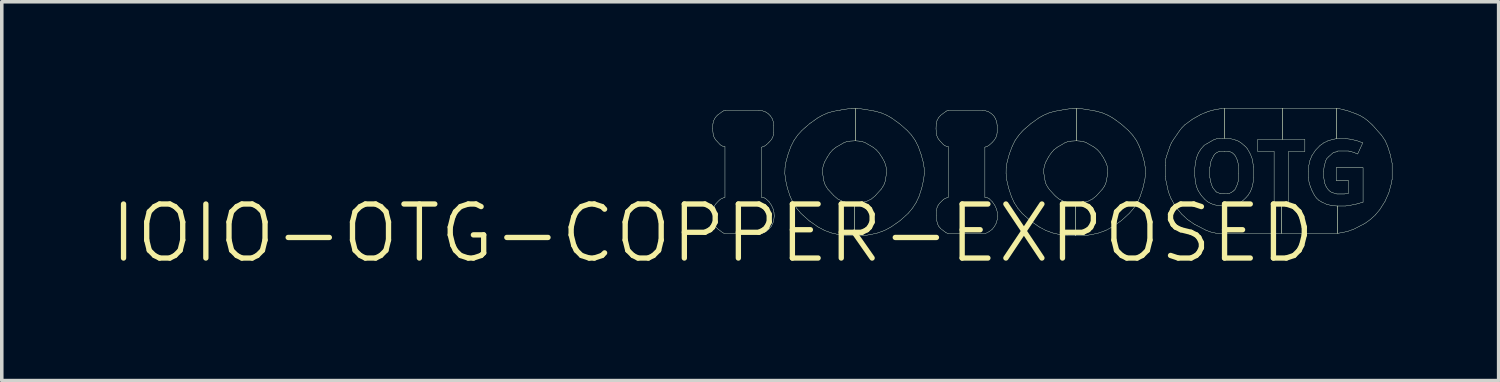
<source format=kicad_pcb>
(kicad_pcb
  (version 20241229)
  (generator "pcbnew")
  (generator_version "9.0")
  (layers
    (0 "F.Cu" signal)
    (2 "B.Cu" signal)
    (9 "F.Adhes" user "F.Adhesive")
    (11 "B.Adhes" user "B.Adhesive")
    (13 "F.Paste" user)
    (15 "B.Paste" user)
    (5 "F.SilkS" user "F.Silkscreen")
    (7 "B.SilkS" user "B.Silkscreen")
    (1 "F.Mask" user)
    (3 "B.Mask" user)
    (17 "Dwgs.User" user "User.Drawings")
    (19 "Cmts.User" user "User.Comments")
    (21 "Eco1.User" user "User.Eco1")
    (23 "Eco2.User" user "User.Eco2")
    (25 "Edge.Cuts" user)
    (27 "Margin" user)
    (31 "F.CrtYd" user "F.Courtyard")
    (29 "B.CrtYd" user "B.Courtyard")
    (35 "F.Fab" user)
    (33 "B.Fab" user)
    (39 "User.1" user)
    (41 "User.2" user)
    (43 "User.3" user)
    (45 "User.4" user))
  (footprint "IOIO-OTG-COPPER-EXPOSED"
    (layer "F.Cu")
    (at 17.054 3.532)
    (property "Reference" "IOIO-OTG-COPPER-EXPOSED" (at 0 0 0) (layer "F.SilkS") (effects (font (size 1.524 1.524) (thickness 0.15))))
    (attr exclude_from_pos_files exclude_from_bom)
    (fp_line (start 0 -2.949) (end 0.008 -3.086) (stroke (width 0.008) (type solid)) (layer "B.Cu"))
    (fp_line (start 0.008 -3.086) (end 0.03 -3.18) (stroke (width 0.008) (type solid)) (layer "B.Cu"))
    (fp_line (start 0.013 -2.812) (end 0 -2.949) (stroke (width 0.008) (type solid)) (layer "B.Cu"))
    (fp_line (start 0.013 -0.498) (end 0.018 -0.65) (stroke (width 0.008) (type solid)) (layer "B.Cu"))
    (fp_line (start 0.018 -0.65) (end 0.03 -0.721) (stroke (width 0.008) (type solid)) (layer "B.Cu"))
    (fp_line (start 0.025 -2.748) (end 0.013 -2.812) (stroke (width 0.008) (type solid)) (layer "B.Cu"))
    (fp_line (start 0.025 -0.348) (end 0.013 -0.498) (stroke (width 0.008) (type solid)) (layer "B.Cu"))
    (fp_line (start 0.03 -3.18) (end 0.074 -3.264) (stroke (width 0.008) (type solid)) (layer "B.Cu"))
    (fp_line (start 0.03 -0.721) (end 0.058 -0.785) (stroke (width 0.008) (type solid)) (layer "B.Cu"))
    (fp_line (start 0.046 -0.264) (end 0.025 -0.348) (stroke (width 0.008) (type solid)) (layer "B.Cu"))
    (fp_line (start 0.051 -2.69) (end 0.025 -2.748) (stroke (width 0.008) (type solid)) (layer "B.Cu"))
    (fp_line (start 0.058 -0.785) (end 0.099 -0.843) (stroke (width 0.008) (type solid)) (layer "B.Cu"))
    (fp_line (start 0.074 -3.264) (end 0.137 -3.335) (stroke (width 0.008) (type solid)) (layer "B.Cu"))
    (fp_line (start 0.084 -0.191) (end 0.046 -0.264) (stroke (width 0.008) (type solid)) (layer "B.Cu"))
    (fp_line (start 0.089 -2.634) (end 0.051 -2.69) (stroke (width 0.008) (type solid)) (layer "B.Cu"))
    (fp_line (start 0.099 -0.843) (end 0.188 -0.935) (stroke (width 0.008) (type solid)) (layer "B.Cu"))
    (fp_line (start 0.137 -3.335) (end 0.277 -3.437) (stroke (width 0.008) (type solid)) (layer "B.Cu"))
    (fp_line (start 0.14 -0.127) (end 0.084 -0.191) (stroke (width 0.008) (type solid)) (layer "B.Cu"))
    (fp_line (start 0.188 -0.935) (end 0.226 -0.965) (stroke (width 0.008) (type solid)) (layer "B.Cu"))
    (fp_line (start 0.213 -2.499) (end 0.089 -2.634) (stroke (width 0.008) (type solid)) (layer "B.Cu"))
    (fp_line (start 0.226 -0.965) (end 0.267 -0.986) (stroke (width 0.008) (type solid)) (layer "B.Cu"))
    (fp_line (start 0.249 -2.474) (end 0.213 -2.499) (stroke (width 0.008) (type solid)) (layer "B.Cu"))
    (fp_line (start 0.267 -0.986) (end 0.328 -1.011) (stroke (width 0.008) (type solid)) (layer "B.Cu"))
    (fp_line (start 0.277 -3.437) (end 0.295 -3.449) (stroke (width 0.008) (type solid)) (layer "B.Cu"))
    (fp_line (start 0.282 -0.02) (end 0.14 -0.127) (stroke (width 0.008) (type solid)) (layer "B.Cu"))
    (fp_line (start 0.292 -2.456) (end 0.249 -2.474) (stroke (width 0.008) (type solid)) (layer "B.Cu"))
    (fp_line (start 0.295 -3.449) (end 0.315 -3.457) (stroke (width 0.008) (type solid)) (layer "B.Cu"))
    (fp_line (start 0.312 -0.005) (end 0.282 -0.02) (stroke (width 0.008) (type solid)) (layer "B.Cu"))
    (fp_line (start 0.315 -3.457) (end 0.351 -3.465) (stroke (width 0.008) (type solid)) (layer "B.Cu"))
    (fp_line (start 0.328 -1.011) (end 0.348 -1.016) (stroke (width 0.008) (type solid)) (layer "B.Cu"))
    (fp_line (start 0.348 -2.443) (end 0.292 -2.456) (stroke (width 0.008) (type solid)) (layer "B.Cu"))
    (fp_line (start 0.348 -2.441) (end 0.348 -2.443) (stroke (width 0.008) (type solid)) (layer "B.Cu"))
    (fp_line (start 0.348 -1.016) (end 0.348 -2.441) (stroke (width 0.008) (type solid)) (layer "B.Cu"))
    (fp_line (start 0.348 0) (end 0.312 -0.005) (stroke (width 0.008) (type solid)) (layer "B.Cu"))
    (fp_line (start 0.351 -3.465) (end 0.366 -3.467) (stroke (width 0.008) (type solid)) (layer "B.Cu"))
    (fp_line (start 0.366 -3.467) (end 1.306 -3.467) (stroke (width 0.008) (type solid)) (layer "B.Cu"))
    (fp_line (start 1.306 -3.467) (end 1.4 -3.457) (stroke (width 0.008) (type solid)) (layer "B.Cu"))
    (fp_line (start 1.382 -2.431) (end 1.382 -1.013) (stroke (width 0.008) (type solid)) (layer "B.Cu"))
    (fp_line (start 1.382 -1.013) (end 1.392 -1.013) (stroke (width 0.008) (type solid)) (layer "B.Cu"))
    (fp_line (start 1.392 -1.013) (end 1.43 -1.008) (stroke (width 0.008) (type solid)) (layer "B.Cu"))
    (fp_line (start 1.4 -3.457) (end 1.488 -3.426) (stroke (width 0.008) (type solid)) (layer "B.Cu"))
    (fp_line (start 1.407 -2.438) (end 1.382 -2.431) (stroke (width 0.008) (type solid)) (layer "B.Cu"))
    (fp_line (start 1.407 0) (end 0.348 0) (stroke (width 0.008) (type solid)) (layer "B.Cu"))
    (fp_line (start 1.43 -1.008) (end 1.468 -0.996) (stroke (width 0.008) (type solid)) (layer "B.Cu"))
    (fp_line (start 1.463 -2.461) (end 1.407 -2.438) (stroke (width 0.008) (type solid)) (layer "B.Cu"))
    (fp_line (start 1.468 -0.996) (end 1.501 -0.975) (stroke (width 0.008) (type solid)) (layer "B.Cu"))
    (fp_line (start 1.488 -3.426) (end 1.567 -3.376) (stroke (width 0.008) (type solid)) (layer "B.Cu"))
    (fp_line (start 1.501 -0.975) (end 1.59 -0.892) (stroke (width 0.008) (type solid)) (layer "B.Cu"))
    (fp_line (start 1.501 -0.048) (end 1.407 0) (stroke (width 0.008) (type solid)) (layer "B.Cu"))
    (fp_line (start 1.511 -2.494) (end 1.463 -2.461) (stroke (width 0.008) (type solid)) (layer "B.Cu"))
    (fp_line (start 1.567 -3.376) (end 1.633 -3.31) (stroke (width 0.008) (type solid)) (layer "B.Cu"))
    (fp_line (start 1.582 -0.112) (end 1.501 -0.048) (stroke (width 0.008) (type solid)) (layer "B.Cu"))
    (fp_line (start 1.587 -2.565) (end 1.511 -2.494) (stroke (width 0.008) (type solid)) (layer "B.Cu"))
    (fp_line (start 1.59 -0.892) (end 1.659 -0.792) (stroke (width 0.008) (type solid)) (layer "B.Cu"))
    (fp_line (start 1.633 -3.31) (end 1.684 -3.228) (stroke (width 0.008) (type solid)) (layer "B.Cu"))
    (fp_line (start 1.651 -0.193) (end 1.582 -0.112) (stroke (width 0.008) (type solid)) (layer "B.Cu"))
    (fp_line (start 1.656 -2.642) (end 1.587 -2.565) (stroke (width 0.008) (type solid)) (layer "B.Cu"))
    (fp_line (start 1.659 -0.792) (end 1.709 -0.683) (stroke (width 0.008) (type solid)) (layer "B.Cu"))
    (fp_line (start 1.684 -3.228) (end 1.714 -3.139) (stroke (width 0.008) (type solid)) (layer "B.Cu"))
    (fp_line (start 1.694 -2.708) (end 1.656 -2.642) (stroke (width 0.008) (type solid)) (layer "B.Cu"))
    (fp_line (start 1.699 -0.284) (end 1.651 -0.193) (stroke (width 0.008) (type solid)) (layer "B.Cu"))
    (fp_line (start 1.709 -0.683) (end 1.73 -0.592) (stroke (width 0.008) (type solid)) (layer "B.Cu"))
    (fp_line (start 1.714 -3.139) (end 1.725 -3.048) (stroke (width 0.008) (type solid)) (layer "B.Cu"))
    (fp_line (start 1.717 -2.779) (end 1.694 -2.708) (stroke (width 0.008) (type solid)) (layer "B.Cu"))
    (fp_line (start 1.725 -3.048) (end 1.725 -2.852) (stroke (width 0.008) (type solid)) (layer "B.Cu"))
    (fp_line (start 1.725 -2.852) (end 1.717 -2.779) (stroke (width 0.008) (type solid)) (layer "B.Cu"))
    (fp_line (start 1.727 -0.386) (end 1.699 -0.284) (stroke (width 0.008) (type solid)) (layer "B.Cu"))
    (fp_line (start 1.73 -0.592) (end 1.737 -0.488) (stroke (width 0.008) (type solid)) (layer "B.Cu"))
    (fp_line (start 1.737 -0.488) (end 1.727 -0.386) (stroke (width 0.008) (type solid)) (layer "B.Cu"))
    (fp_line (start 2.037 -1.687) (end 2.042 -1.849) (stroke (width 0.008) (type solid)) (layer "B.Cu"))
    (fp_line (start 2.042 -1.849) (end 2.068 -2.012) (stroke (width 0.008) (type solid)) (layer "B.Cu"))
    (fp_line (start 2.055 -1.521) (end 2.037 -1.687) (stroke (width 0.008) (type solid)) (layer "B.Cu"))
    (fp_line (start 2.068 -2.012) (end 2.129 -2.235) (stroke (width 0.008) (type solid)) (layer "B.Cu"))
    (fp_line (start 2.108 -1.278) (end 2.055 -1.521) (stroke (width 0.008) (type solid)) (layer "B.Cu"))
    (fp_line (start 2.129 -2.235) (end 2.21 -2.454) (stroke (width 0.008) (type solid)) (layer "B.Cu"))
    (fp_line (start 2.187 -1.039) (end 2.108 -1.278) (stroke (width 0.008) (type solid)) (layer "B.Cu"))
    (fp_line (start 2.21 -2.454) (end 2.294 -2.619) (stroke (width 0.008) (type solid)) (layer "B.Cu"))
    (fp_line (start 2.268 -0.866) (end 2.187 -1.039) (stroke (width 0.008) (type solid)) (layer "B.Cu"))
    (fp_line (start 2.294 -2.619) (end 2.398 -2.769) (stroke (width 0.008) (type solid)) (layer "B.Cu"))
    (fp_line (start 2.37 -0.706) (end 2.268 -0.866) (stroke (width 0.008) (type solid)) (layer "B.Cu"))
    (fp_line (start 2.398 -2.769) (end 2.522 -2.906) (stroke (width 0.008) (type solid)) (layer "B.Cu"))
    (fp_line (start 2.494 -0.561) (end 2.37 -0.706) (stroke (width 0.008) (type solid)) (layer "B.Cu"))
    (fp_line (start 2.522 -2.906) (end 2.731 -3.089) (stroke (width 0.008) (type solid)) (layer "B.Cu"))
    (fp_line (start 2.72 -0.356) (end 2.494 -0.561) (stroke (width 0.008) (type solid)) (layer "B.Cu"))
    (fp_line (start 2.731 -3.089) (end 2.957 -3.251) (stroke (width 0.008) (type solid)) (layer "B.Cu"))
    (fp_line (start 2.957 -3.251) (end 3.099 -3.332) (stroke (width 0.008) (type solid)) (layer "B.Cu"))
    (fp_line (start 2.972 -0.18) (end 2.72 -0.356) (stroke (width 0.008) (type solid)) (layer "B.Cu"))
    (fp_line (start 3.099 -3.332) (end 3.249 -3.396) (stroke (width 0.008) (type solid)) (layer "B.Cu"))
    (fp_line (start 3.101 -1.808) (end 3.101 -1.702) (stroke (width 0.008) (type solid)) (layer "B.Cu"))
    (fp_line (start 3.101 -1.702) (end 3.137 -1.481) (stroke (width 0.008) (type solid)) (layer "B.Cu"))
    (fp_line (start 3.122 -1.915) (end 3.101 -1.808) (stroke (width 0.008) (type solid)) (layer "B.Cu"))
    (fp_line (start 3.137 -1.481) (end 3.162 -1.394) (stroke (width 0.008) (type solid)) (layer "B.Cu"))
    (fp_line (start 3.157 -0.081) (end 2.972 -0.18) (stroke (width 0.008) (type solid)) (layer "B.Cu"))
    (fp_line (start 3.16 -2.014) (end 3.122 -1.915) (stroke (width 0.008) (type solid)) (layer "B.Cu"))
    (fp_line (start 3.162 -1.394) (end 3.203 -1.316) (stroke (width 0.008) (type solid)) (layer "B.Cu"))
    (fp_line (start 3.203 -1.316) (end 3.254 -1.242) (stroke (width 0.008) (type solid)) (layer "B.Cu"))
    (fp_line (start 3.231 -2.144) (end 3.16 -2.014) (stroke (width 0.008) (type solid)) (layer "B.Cu"))
    (fp_line (start 3.249 -3.396) (end 3.406 -3.442) (stroke (width 0.008) (type solid)) (layer "B.Cu"))
    (fp_line (start 3.254 -1.242) (end 3.424 -1.057) (stroke (width 0.008) (type solid)) (layer "B.Cu"))
    (fp_line (start 3.31 -2.266) (end 3.231 -2.144) (stroke (width 0.008) (type solid)) (layer "B.Cu"))
    (fp_line (start 3.353 -0.01) (end 3.157 -0.081) (stroke (width 0.008) (type solid)) (layer "B.Cu"))
    (fp_line (start 3.386 -2.352) (end 3.31 -2.266) (stroke (width 0.008) (type solid)) (layer "B.Cu"))
    (fp_line (start 3.406 -3.442) (end 3.721 -3.498) (stroke (width 0.008) (type solid)) (layer "B.Cu"))
    (fp_line (start 3.424 -1.057) (end 3.531 -0.968) (stroke (width 0.008) (type solid)) (layer "B.Cu"))
    (fp_line (start 3.477 -2.426) (end 3.386 -2.352) (stroke (width 0.008) (type solid)) (layer "B.Cu"))
    (fp_line (start 3.531 -0.968) (end 3.655 -0.907) (stroke (width 0.008) (type solid)) (layer "B.Cu"))
    (fp_line (start 3.556 0.036) (end 3.353 -0.01) (stroke (width 0.008) (type solid)) (layer "B.Cu"))
    (fp_line (start 3.655 -0.907) (end 3.884 -0.841) (stroke (width 0.008) (type solid)) (layer "B.Cu"))
    (fp_line (start 3.698 -2.553) (end 3.477 -2.426) (stroke (width 0.008) (type solid)) (layer "B.Cu"))
    (fp_line (start 3.721 -3.498) (end 3.909 -3.523) (stroke (width 0.008) (type solid)) (layer "B.Cu"))
    (fp_line (start 3.769 0.069) (end 3.556 0.036) (stroke (width 0.008) (type solid)) (layer "B.Cu"))
    (fp_line (start 3.78 -2.586) (end 3.698 -2.553) (stroke (width 0.008) (type solid)) (layer "B.Cu"))
    (fp_line (start 3.868 -2.601) (end 3.78 -2.586) (stroke (width 0.008) (type solid)) (layer "B.Cu"))
    (fp_line (start 3.884 -0.841) (end 4.006 -0.826) (stroke (width 0.008) (type solid)) (layer "B.Cu"))
    (fp_line (start 3.909 -3.523) (end 4.023 -3.523) (stroke (width 0.008) (type solid)) (layer "B.Cu"))
    (fp_line (start 4.003 -0.826) (end 4.003 0.069) (stroke (width 0.008) (type solid)) (layer "B.Cu"))
    (fp_line (start 4.003 0.069) (end 4.239 0.069) (stroke (width 0.008) (type solid)) (layer "B.Cu"))
    (fp_line (start 4.006 -0.826) (end 4.006 0.069) (stroke (width 0.008) (type solid)) (layer "B.Cu"))
    (fp_line (start 4.006 0.069) (end 3.769 0.069) (stroke (width 0.008) (type solid)) (layer "B.Cu"))
    (fp_line (start 4.023 -3.523) (end 4.023 -2.609) (stroke (width 0.008) (type solid)) (layer "B.Cu"))
    (fp_line (start 4.023 -2.609) (end 3.868 -2.601) (stroke (width 0.008) (type solid)) (layer "B.Cu"))
    (fp_line (start 4.026 -3.523) (end 4.026 -2.609) (stroke (width 0.008) (type solid)) (layer "B.Cu"))
    (fp_line (start 4.026 -2.609) (end 4.14 -2.601) (stroke (width 0.008) (type solid)) (layer "B.Cu"))
    (fp_line (start 4.097 -3.523) (end 4.026 -3.523) (stroke (width 0.008) (type solid)) (layer "B.Cu"))
    (fp_line (start 4.125 -0.841) (end 4.003 -0.826) (stroke (width 0.008) (type solid)) (layer "B.Cu"))
    (fp_line (start 4.14 -2.601) (end 4.227 -2.586) (stroke (width 0.008) (type solid)) (layer "B.Cu"))
    (fp_line (start 4.227 -2.586) (end 4.31 -2.553) (stroke (width 0.008) (type solid)) (layer "B.Cu"))
    (fp_line (start 4.239 0.069) (end 4.453 0.036) (stroke (width 0.008) (type solid)) (layer "B.Cu"))
    (fp_line (start 4.285 -3.498) (end 4.097 -3.523) (stroke (width 0.008) (type solid)) (layer "B.Cu"))
    (fp_line (start 4.31 -2.553) (end 4.529 -2.426) (stroke (width 0.008) (type solid)) (layer "B.Cu"))
    (fp_line (start 4.354 -0.907) (end 4.125 -0.841) (stroke (width 0.008) (type solid)) (layer "B.Cu"))
    (fp_line (start 4.453 0.036) (end 4.656 -0.01) (stroke (width 0.008) (type solid)) (layer "B.Cu"))
    (fp_line (start 4.478 -0.968) (end 4.354 -0.907) (stroke (width 0.008) (type solid)) (layer "B.Cu"))
    (fp_line (start 4.529 -2.426) (end 4.62 -2.352) (stroke (width 0.008) (type solid)) (layer "B.Cu"))
    (fp_line (start 4.585 -1.057) (end 4.478 -0.968) (stroke (width 0.008) (type solid)) (layer "B.Cu"))
    (fp_line (start 4.6 -3.442) (end 4.285 -3.498) (stroke (width 0.008) (type solid)) (layer "B.Cu"))
    (fp_line (start 4.62 -2.352) (end 4.696 -2.266) (stroke (width 0.008) (type solid)) (layer "B.Cu"))
    (fp_line (start 4.656 -0.01) (end 4.851 -0.081) (stroke (width 0.008) (type solid)) (layer "B.Cu"))
    (fp_line (start 4.696 -2.266) (end 4.778 -2.144) (stroke (width 0.008) (type solid)) (layer "B.Cu"))
    (fp_line (start 4.752 -1.242) (end 4.585 -1.057) (stroke (width 0.008) (type solid)) (layer "B.Cu"))
    (fp_line (start 4.757 -3.396) (end 4.6 -3.442) (stroke (width 0.008) (type solid)) (layer "B.Cu"))
    (fp_line (start 4.778 -2.144) (end 4.849 -2.014) (stroke (width 0.008) (type solid)) (layer "B.Cu"))
    (fp_line (start 4.803 -1.316) (end 4.752 -1.242) (stroke (width 0.008) (type solid)) (layer "B.Cu"))
    (fp_line (start 4.844 -1.394) (end 4.803 -1.316) (stroke (width 0.008) (type solid)) (layer "B.Cu"))
    (fp_line (start 4.849 -2.014) (end 4.884 -1.915) (stroke (width 0.008) (type solid)) (layer "B.Cu"))
    (fp_line (start 4.851 -0.081) (end 5.034 -0.18) (stroke (width 0.008) (type solid)) (layer "B.Cu"))
    (fp_line (start 4.872 -1.481) (end 4.844 -1.394) (stroke (width 0.008) (type solid)) (layer "B.Cu"))
    (fp_line (start 4.884 -1.915) (end 4.905 -1.808) (stroke (width 0.008) (type solid)) (layer "B.Cu"))
    (fp_line (start 4.905 -1.808) (end 4.905 -1.702) (stroke (width 0.008) (type solid)) (layer "B.Cu"))
    (fp_line (start 4.905 -1.702) (end 4.872 -1.481) (stroke (width 0.008) (type solid)) (layer "B.Cu"))
    (fp_line (start 4.91 -3.332) (end 4.757 -3.396) (stroke (width 0.008) (type solid)) (layer "B.Cu"))
    (fp_line (start 5.034 -0.18) (end 5.286 -0.356) (stroke (width 0.008) (type solid)) (layer "B.Cu"))
    (fp_line (start 5.052 -3.251) (end 4.91 -3.332) (stroke (width 0.008) (type solid)) (layer "B.Cu"))
    (fp_line (start 5.276 -3.089) (end 5.052 -3.251) (stroke (width 0.008) (type solid)) (layer "B.Cu"))
    (fp_line (start 5.286 -0.356) (end 5.514 -0.561) (stroke (width 0.008) (type solid)) (layer "B.Cu"))
    (fp_line (start 5.486 -2.906) (end 5.276 -3.089) (stroke (width 0.008) (type solid)) (layer "B.Cu"))
    (fp_line (start 5.514 -0.561) (end 5.636 -0.706) (stroke (width 0.008) (type solid)) (layer "B.Cu"))
    (fp_line (start 5.611 -2.769) (end 5.486 -2.906) (stroke (width 0.008) (type solid)) (layer "B.Cu"))
    (fp_line (start 5.636 -0.706) (end 5.74 -0.866) (stroke (width 0.008) (type solid)) (layer "B.Cu"))
    (fp_line (start 5.715 -2.619) (end 5.611 -2.769) (stroke (width 0.008) (type solid)) (layer "B.Cu"))
    (fp_line (start 5.74 -0.866) (end 5.822 -1.039) (stroke (width 0.008) (type solid)) (layer "B.Cu"))
    (fp_line (start 5.799 -2.454) (end 5.715 -2.619) (stroke (width 0.008) (type solid)) (layer "B.Cu"))
    (fp_line (start 5.822 -1.039) (end 5.9 -1.278) (stroke (width 0.008) (type solid)) (layer "B.Cu"))
    (fp_line (start 5.878 -2.235) (end 5.799 -2.454) (stroke (width 0.008) (type solid)) (layer "B.Cu"))
    (fp_line (start 5.9 -1.278) (end 5.954 -1.521) (stroke (width 0.008) (type solid)) (layer "B.Cu"))
    (fp_line (start 5.939 -2.012) (end 5.878 -2.235) (stroke (width 0.008) (type solid)) (layer "B.Cu"))
    (fp_line (start 5.954 -1.521) (end 5.972 -1.687) (stroke (width 0.008) (type solid)) (layer "B.Cu"))
    (fp_line (start 5.966 -1.849) (end 5.939 -2.012) (stroke (width 0.008) (type solid)) (layer "B.Cu"))
    (fp_line (start 5.972 -1.687) (end 5.966 -1.849) (stroke (width 0.008) (type solid)) (layer "B.Cu"))
    (fp_line (start 6.302 -2.949) (end 6.307 -3.086) (stroke (width 0.008) (type solid)) (layer "B.Cu"))
    (fp_line (start 6.307 -3.086) (end 6.33 -3.18) (stroke (width 0.008) (type solid)) (layer "B.Cu"))
    (fp_line (start 6.312 -2.812) (end 6.302 -2.949) (stroke (width 0.008) (type solid)) (layer "B.Cu"))
    (fp_line (start 6.314 -0.498) (end 6.317 -0.65) (stroke (width 0.008) (type solid)) (layer "B.Cu"))
    (fp_line (start 6.317 -0.65) (end 6.33 -0.721) (stroke (width 0.008) (type solid)) (layer "B.Cu"))
    (fp_line (start 6.325 -0.348) (end 6.314 -0.498) (stroke (width 0.008) (type solid)) (layer "B.Cu"))
    (fp_line (start 6.327 -2.748) (end 6.312 -2.812) (stroke (width 0.008) (type solid)) (layer "B.Cu"))
    (fp_line (start 6.33 -3.18) (end 6.375 -3.264) (stroke (width 0.008) (type solid)) (layer "B.Cu"))
    (fp_line (start 6.33 -0.721) (end 6.358 -0.785) (stroke (width 0.008) (type solid)) (layer "B.Cu"))
    (fp_line (start 6.345 -0.264) (end 6.325 -0.348) (stroke (width 0.008) (type solid)) (layer "B.Cu"))
    (fp_line (start 6.353 -2.69) (end 6.327 -2.748) (stroke (width 0.008) (type solid)) (layer "B.Cu"))
    (fp_line (start 6.358 -0.785) (end 6.398 -0.843) (stroke (width 0.008) (type solid)) (layer "B.Cu"))
    (fp_line (start 6.375 -3.264) (end 6.439 -3.335) (stroke (width 0.008) (type solid)) (layer "B.Cu"))
    (fp_line (start 6.383 -0.191) (end 6.345 -0.264) (stroke (width 0.008) (type solid)) (layer "B.Cu"))
    (fp_line (start 6.388 -2.634) (end 6.353 -2.69) (stroke (width 0.008) (type solid)) (layer "B.Cu"))
    (fp_line (start 6.398 -0.843) (end 6.49 -0.935) (stroke (width 0.008) (type solid)) (layer "B.Cu"))
    (fp_line (start 6.439 -3.335) (end 6.579 -3.437) (stroke (width 0.008) (type solid)) (layer "B.Cu"))
    (fp_line (start 6.439 -0.127) (end 6.383 -0.191) (stroke (width 0.008) (type solid)) (layer "B.Cu"))
    (fp_line (start 6.49 -0.935) (end 6.525 -0.965) (stroke (width 0.008) (type solid)) (layer "B.Cu"))
    (fp_line (start 6.513 -2.499) (end 6.388 -2.634) (stroke (width 0.008) (type solid)) (layer "B.Cu"))
    (fp_line (start 6.525 -0.965) (end 6.568 -0.986) (stroke (width 0.008) (type solid)) (layer "B.Cu"))
    (fp_line (start 6.551 -2.474) (end 6.513 -2.499) (stroke (width 0.008) (type solid)) (layer "B.Cu"))
    (fp_line (start 6.568 -0.986) (end 6.627 -1.011) (stroke (width 0.008) (type solid)) (layer "B.Cu"))
    (fp_line (start 6.579 -3.437) (end 6.596 -3.449) (stroke (width 0.008) (type solid)) (layer "B.Cu"))
    (fp_line (start 6.581 -0.02) (end 6.439 -0.127) (stroke (width 0.008) (type solid)) (layer "B.Cu"))
    (fp_line (start 6.591 -2.456) (end 6.551 -2.474) (stroke (width 0.008) (type solid)) (layer "B.Cu"))
    (fp_line (start 6.596 -3.449) (end 6.614 -3.457) (stroke (width 0.008) (type solid)) (layer "B.Cu"))
    (fp_line (start 6.614 -3.457) (end 6.65 -3.465) (stroke (width 0.008) (type solid)) (layer "B.Cu"))
    (fp_line (start 6.614 -0.005) (end 6.581 -0.02) (stroke (width 0.008) (type solid)) (layer "B.Cu"))
    (fp_line (start 6.627 -1.011) (end 6.647 -1.016) (stroke (width 0.008) (type solid)) (layer "B.Cu"))
    (fp_line (start 6.647 -2.443) (end 6.591 -2.456) (stroke (width 0.008) (type solid)) (layer "B.Cu"))
    (fp_line (start 6.647 -2.441) (end 6.647 -2.443) (stroke (width 0.008) (type solid)) (layer "B.Cu"))
    (fp_line (start 6.647 -1.016) (end 6.647 -2.441) (stroke (width 0.008) (type solid)) (layer "B.Cu"))
    (fp_line (start 6.647 0) (end 6.614 -0.005) (stroke (width 0.008) (type solid)) (layer "B.Cu"))
    (fp_line (start 6.65 -3.465) (end 6.665 -3.467) (stroke (width 0.008) (type solid)) (layer "B.Cu"))
    (fp_line (start 6.665 -3.467) (end 7.605 -3.467) (stroke (width 0.008) (type solid)) (layer "B.Cu"))
    (fp_line (start 7.605 -3.467) (end 7.699 -3.457) (stroke (width 0.008) (type solid)) (layer "B.Cu"))
    (fp_line (start 7.681 -2.431) (end 7.681 -1.013) (stroke (width 0.008) (type solid)) (layer "B.Cu"))
    (fp_line (start 7.681 -1.013) (end 7.691 -1.013) (stroke (width 0.008) (type solid)) (layer "B.Cu"))
    (fp_line (start 7.691 -1.013) (end 7.732 -1.008) (stroke (width 0.008) (type solid)) (layer "B.Cu"))
    (fp_line (start 7.699 -3.457) (end 7.788 -3.426) (stroke (width 0.008) (type solid)) (layer "B.Cu"))
    (fp_line (start 7.706 -2.438) (end 7.681 -2.431) (stroke (width 0.008) (type solid)) (layer "B.Cu"))
    (fp_line (start 7.706 0) (end 6.647 0) (stroke (width 0.008) (type solid)) (layer "B.Cu"))
    (fp_line (start 7.732 -1.008) (end 7.767 -0.996) (stroke (width 0.008) (type solid)) (layer "B.Cu"))
    (fp_line (start 7.762 -2.461) (end 7.706 -2.438) (stroke (width 0.008) (type solid)) (layer "B.Cu"))
    (fp_line (start 7.767 -0.996) (end 7.803 -0.975) (stroke (width 0.008) (type solid)) (layer "B.Cu"))
    (fp_line (start 7.788 -3.426) (end 7.866 -3.376) (stroke (width 0.008) (type solid)) (layer "B.Cu"))
    (fp_line (start 7.8 -0.048) (end 7.706 0) (stroke (width 0.008) (type solid)) (layer "B.Cu"))
    (fp_line (start 7.803 -0.975) (end 7.889 -0.892) (stroke (width 0.008) (type solid)) (layer "B.Cu"))
    (fp_line (start 7.811 -2.494) (end 7.762 -2.461) (stroke (width 0.008) (type solid)) (layer "B.Cu"))
    (fp_line (start 7.866 -3.376) (end 7.935 -3.31) (stroke (width 0.008) (type solid)) (layer "B.Cu"))
    (fp_line (start 7.884 -0.112) (end 7.8 -0.048) (stroke (width 0.008) (type solid)) (layer "B.Cu"))
    (fp_line (start 7.889 -2.565) (end 7.811 -2.494) (stroke (width 0.008) (type solid)) (layer "B.Cu"))
    (fp_line (start 7.889 -0.892) (end 7.96 -0.792) (stroke (width 0.008) (type solid)) (layer "B.Cu"))
    (fp_line (start 7.935 -3.31) (end 7.983 -3.228) (stroke (width 0.008) (type solid)) (layer "B.Cu"))
    (fp_line (start 7.95 -0.193) (end 7.884 -0.112) (stroke (width 0.008) (type solid)) (layer "B.Cu"))
    (fp_line (start 7.955 -2.642) (end 7.889 -2.565) (stroke (width 0.008) (type solid)) (layer "B.Cu"))
    (fp_line (start 7.96 -0.792) (end 8.009 -0.683) (stroke (width 0.008) (type solid)) (layer "B.Cu"))
    (fp_line (start 7.983 -3.228) (end 8.016 -3.139) (stroke (width 0.008) (type solid)) (layer "B.Cu"))
    (fp_line (start 7.993 -2.708) (end 7.955 -2.642) (stroke (width 0.008) (type solid)) (layer "B.Cu"))
    (fp_line (start 7.998 -0.284) (end 7.95 -0.193) (stroke (width 0.008) (type solid)) (layer "B.Cu"))
    (fp_line (start 8.009 -0.683) (end 8.031 -0.592) (stroke (width 0.008) (type solid)) (layer "B.Cu"))
    (fp_line (start 8.016 -3.139) (end 8.026 -3.048) (stroke (width 0.008) (type solid)) (layer "B.Cu"))
    (fp_line (start 8.019 -2.779) (end 7.993 -2.708) (stroke (width 0.008) (type solid)) (layer "B.Cu"))
    (fp_line (start 8.026 -3.048) (end 8.026 -2.852) (stroke (width 0.008) (type solid)) (layer "B.Cu"))
    (fp_line (start 8.026 -2.852) (end 8.019 -2.779) (stroke (width 0.008) (type solid)) (layer "B.Cu"))
    (fp_line (start 8.029 -0.386) (end 7.998 -0.284) (stroke (width 0.008) (type solid)) (layer "B.Cu"))
    (fp_line (start 8.031 -0.592) (end 8.037 -0.488) (stroke (width 0.008) (type solid)) (layer "B.Cu"))
    (fp_line (start 8.037 -0.488) (end 8.029 -0.386) (stroke (width 0.008) (type solid)) (layer "B.Cu"))
    (fp_line (start 8.278 -1.687) (end 8.28 -1.849) (stroke (width 0.008) (type solid)) (layer "B.Cu"))
    (fp_line (start 8.28 -1.849) (end 8.308 -2.012) (stroke (width 0.008) (type solid)) (layer "B.Cu"))
    (fp_line (start 8.293 -1.521) (end 8.278 -1.687) (stroke (width 0.008) (type solid)) (layer "B.Cu"))
    (fp_line (start 8.308 -2.012) (end 8.369 -2.235) (stroke (width 0.008) (type solid)) (layer "B.Cu"))
    (fp_line (start 8.349 -1.278) (end 8.293 -1.521) (stroke (width 0.008) (type solid)) (layer "B.Cu"))
    (fp_line (start 8.369 -2.235) (end 8.451 -2.454) (stroke (width 0.008) (type solid)) (layer "B.Cu"))
    (fp_line (start 8.428 -1.039) (end 8.349 -1.278) (stroke (width 0.008) (type solid)) (layer "B.Cu"))
    (fp_line (start 8.451 -2.454) (end 8.532 -2.619) (stroke (width 0.008) (type solid)) (layer "B.Cu"))
    (fp_line (start 8.506 -0.866) (end 8.428 -1.039) (stroke (width 0.008) (type solid)) (layer "B.Cu"))
    (fp_line (start 8.532 -2.619) (end 8.639 -2.769) (stroke (width 0.008) (type solid)) (layer "B.Cu"))
    (fp_line (start 8.611 -0.706) (end 8.506 -0.866) (stroke (width 0.008) (type solid)) (layer "B.Cu"))
    (fp_line (start 8.639 -2.769) (end 8.76 -2.906) (stroke (width 0.008) (type solid)) (layer "B.Cu"))
    (fp_line (start 8.733 -0.561) (end 8.611 -0.706) (stroke (width 0.008) (type solid)) (layer "B.Cu"))
    (fp_line (start 8.76 -2.906) (end 8.971 -3.089) (stroke (width 0.008) (type solid)) (layer "B.Cu"))
    (fp_line (start 8.961 -0.356) (end 8.733 -0.561) (stroke (width 0.008) (type solid)) (layer "B.Cu"))
    (fp_line (start 8.971 -3.089) (end 9.195 -3.251) (stroke (width 0.008) (type solid)) (layer "B.Cu"))
    (fp_line (start 9.195 -3.251) (end 9.337 -3.332) (stroke (width 0.008) (type solid)) (layer "B.Cu"))
    (fp_line (start 9.213 -0.18) (end 8.961 -0.356) (stroke (width 0.008) (type solid)) (layer "B.Cu"))
    (fp_line (start 9.337 -3.332) (end 9.489 -3.396) (stroke (width 0.008) (type solid)) (layer "B.Cu"))
    (fp_line (start 9.342 -1.808) (end 9.342 -1.702) (stroke (width 0.008) (type solid)) (layer "B.Cu"))
    (fp_line (start 9.342 -1.702) (end 9.378 -1.481) (stroke (width 0.008) (type solid)) (layer "B.Cu"))
    (fp_line (start 9.362 -1.915) (end 9.342 -1.808) (stroke (width 0.008) (type solid)) (layer "B.Cu"))
    (fp_line (start 9.378 -1.481) (end 9.403 -1.394) (stroke (width 0.008) (type solid)) (layer "B.Cu"))
    (fp_line (start 9.398 -0.081) (end 9.213 -0.18) (stroke (width 0.008) (type solid)) (layer "B.Cu"))
    (fp_line (start 9.401 -2.014) (end 9.362 -1.915) (stroke (width 0.008) (type solid)) (layer "B.Cu"))
    (fp_line (start 9.403 -1.394) (end 9.444 -1.316) (stroke (width 0.008) (type solid)) (layer "B.Cu"))
    (fp_line (start 9.444 -1.316) (end 9.495 -1.242) (stroke (width 0.008) (type solid)) (layer "B.Cu"))
    (fp_line (start 9.469 -2.144) (end 9.401 -2.014) (stroke (width 0.008) (type solid)) (layer "B.Cu"))
    (fp_line (start 9.489 -3.396) (end 9.647 -3.442) (stroke (width 0.008) (type solid)) (layer "B.Cu"))
    (fp_line (start 9.495 -1.242) (end 9.662 -1.057) (stroke (width 0.008) (type solid)) (layer "B.Cu"))
    (fp_line (start 9.55 -2.266) (end 9.469 -2.144) (stroke (width 0.008) (type solid)) (layer "B.Cu"))
    (fp_line (start 9.594 -0.01) (end 9.398 -0.081) (stroke (width 0.008) (type solid)) (layer "B.Cu"))
    (fp_line (start 9.627 -2.352) (end 9.55 -2.266) (stroke (width 0.008) (type solid)) (layer "B.Cu"))
    (fp_line (start 9.647 -3.442) (end 9.962 -3.498) (stroke (width 0.008) (type solid)) (layer "B.Cu"))
    (fp_line (start 9.662 -1.057) (end 9.771 -0.968) (stroke (width 0.008) (type solid)) (layer "B.Cu"))
    (fp_line (start 9.718 -2.426) (end 9.627 -2.352) (stroke (width 0.008) (type solid)) (layer "B.Cu"))
    (fp_line (start 9.771 -0.968) (end 9.896 -0.907) (stroke (width 0.008) (type solid)) (layer "B.Cu"))
    (fp_line (start 9.797 0.036) (end 9.594 -0.01) (stroke (width 0.008) (type solid)) (layer "B.Cu"))
    (fp_line (start 9.896 -0.907) (end 10.124 -0.841) (stroke (width 0.008) (type solid)) (layer "B.Cu"))
    (fp_line (start 9.936 -2.553) (end 9.718 -2.426) (stroke (width 0.008) (type solid)) (layer "B.Cu"))
    (fp_line (start 9.962 -3.498) (end 10.15 -3.523) (stroke (width 0.008) (type solid)) (layer "B.Cu"))
    (fp_line (start 10.008 0.069) (end 9.797 0.036) (stroke (width 0.008) (type solid)) (layer "B.Cu"))
    (fp_line (start 10.02 -2.586) (end 9.936 -2.553) (stroke (width 0.008) (type solid)) (layer "B.Cu"))
    (fp_line (start 10.107 -2.601) (end 10.02 -2.586) (stroke (width 0.008) (type solid)) (layer "B.Cu"))
    (fp_line (start 10.124 -0.841) (end 10.244 -0.826) (stroke (width 0.008) (type solid)) (layer "B.Cu"))
    (fp_line (start 10.15 -3.523) (end 10.262 -3.523) (stroke (width 0.008) (type solid)) (layer "B.Cu"))
    (fp_line (start 10.244 -0.826) (end 10.244 0.069) (stroke (width 0.008) (type solid)) (layer "B.Cu"))
    (fp_line (start 10.244 -0.826) (end 10.244 0.069) (stroke (width 0.008) (type solid)) (layer "B.Cu"))
    (fp_line (start 10.244 0.069) (end 10.008 0.069) (stroke (width 0.008) (type solid)) (layer "B.Cu"))
    (fp_line (start 10.244 0.069) (end 10.477 0.069) (stroke (width 0.008) (type solid)) (layer "B.Cu"))
    (fp_line (start 10.262 -3.523) (end 10.262 -2.609) (stroke (width 0.008) (type solid)) (layer "B.Cu"))
    (fp_line (start 10.262 -2.609) (end 10.107 -2.601) (stroke (width 0.008) (type solid)) (layer "B.Cu"))
    (fp_line (start 10.264 -3.523) (end 10.264 -2.609) (stroke (width 0.008) (type solid)) (layer "B.Cu"))
    (fp_line (start 10.264 -2.609) (end 10.381 -2.601) (stroke (width 0.008) (type solid)) (layer "B.Cu"))
    (fp_line (start 10.338 -3.523) (end 10.264 -3.523) (stroke (width 0.008) (type solid)) (layer "B.Cu"))
    (fp_line (start 10.363 -0.841) (end 10.244 -0.826) (stroke (width 0.008) (type solid)) (layer "B.Cu"))
    (fp_line (start 10.381 -2.601) (end 10.467 -2.586) (stroke (width 0.008) (type solid)) (layer "B.Cu"))
    (fp_line (start 10.467 -2.586) (end 10.549 -2.553) (stroke (width 0.008) (type solid)) (layer "B.Cu"))
    (fp_line (start 10.477 0.069) (end 10.691 0.036) (stroke (width 0.008) (type solid)) (layer "B.Cu"))
    (fp_line (start 10.526 -3.498) (end 10.338 -3.523) (stroke (width 0.008) (type solid)) (layer "B.Cu"))
    (fp_line (start 10.549 -2.553) (end 10.77 -2.426) (stroke (width 0.008) (type solid)) (layer "B.Cu"))
    (fp_line (start 10.592 -0.907) (end 10.363 -0.841) (stroke (width 0.008) (type solid)) (layer "B.Cu"))
    (fp_line (start 10.691 0.036) (end 10.894 -0.01) (stroke (width 0.008) (type solid)) (layer "B.Cu"))
    (fp_line (start 10.716 -0.968) (end 10.592 -0.907) (stroke (width 0.008) (type solid)) (layer "B.Cu"))
    (fp_line (start 10.77 -2.426) (end 10.861 -2.352) (stroke (width 0.008) (type solid)) (layer "B.Cu"))
    (fp_line (start 10.825 -1.057) (end 10.716 -0.968) (stroke (width 0.008) (type solid)) (layer "B.Cu"))
    (fp_line (start 10.841 -3.442) (end 10.526 -3.498) (stroke (width 0.008) (type solid)) (layer "B.Cu"))
    (fp_line (start 10.861 -2.352) (end 10.937 -2.266) (stroke (width 0.008) (type solid)) (layer "B.Cu"))
    (fp_line (start 10.894 -0.01) (end 11.09 -0.081) (stroke (width 0.008) (type solid)) (layer "B.Cu"))
    (fp_line (start 10.937 -2.266) (end 11.019 -2.144) (stroke (width 0.008) (type solid)) (layer "B.Cu"))
    (fp_line (start 10.993 -1.242) (end 10.825 -1.057) (stroke (width 0.008) (type solid)) (layer "B.Cu"))
    (fp_line (start 10.998 -3.396) (end 10.841 -3.442) (stroke (width 0.008) (type solid)) (layer "B.Cu"))
    (fp_line (start 11.019 -2.144) (end 11.087 -2.014) (stroke (width 0.008) (type solid)) (layer "B.Cu"))
    (fp_line (start 11.044 -1.316) (end 10.993 -1.242) (stroke (width 0.008) (type solid)) (layer "B.Cu"))
    (fp_line (start 11.085 -1.394) (end 11.044 -1.316) (stroke (width 0.008) (type solid)) (layer "B.Cu"))
    (fp_line (start 11.087 -2.014) (end 11.125 -1.915) (stroke (width 0.008) (type solid)) (layer "B.Cu"))
    (fp_line (start 11.09 -0.081) (end 11.275 -0.18) (stroke (width 0.008) (type solid)) (layer "B.Cu"))
    (fp_line (start 11.11 -1.481) (end 11.085 -1.394) (stroke (width 0.008) (type solid)) (layer "B.Cu"))
    (fp_line (start 11.125 -1.915) (end 11.146 -1.808) (stroke (width 0.008) (type solid)) (layer "B.Cu"))
    (fp_line (start 11.146 -1.808) (end 11.146 -1.702) (stroke (width 0.008) (type solid)) (layer "B.Cu"))
    (fp_line (start 11.146 -1.702) (end 11.11 -1.481) (stroke (width 0.008) (type solid)) (layer "B.Cu"))
    (fp_line (start 11.151 -3.332) (end 10.998 -3.396) (stroke (width 0.008) (type solid)) (layer "B.Cu"))
    (fp_line (start 11.275 -0.18) (end 11.527 -0.356) (stroke (width 0.008) (type solid)) (layer "B.Cu"))
    (fp_line (start 11.293 -3.251) (end 11.151 -3.332) (stroke (width 0.008) (type solid)) (layer "B.Cu"))
    (fp_line (start 11.516 -3.089) (end 11.293 -3.251) (stroke (width 0.008) (type solid)) (layer "B.Cu"))
    (fp_line (start 11.527 -0.356) (end 11.753 -0.561) (stroke (width 0.008) (type solid)) (layer "B.Cu"))
    (fp_line (start 11.725 -2.906) (end 11.516 -3.089) (stroke (width 0.008) (type solid)) (layer "B.Cu"))
    (fp_line (start 11.753 -0.561) (end 11.877 -0.706) (stroke (width 0.008) (type solid)) (layer "B.Cu"))
    (fp_line (start 11.849 -2.769) (end 11.725 -2.906) (stroke (width 0.008) (type solid)) (layer "B.Cu"))
    (fp_line (start 11.877 -0.706) (end 11.981 -0.866) (stroke (width 0.008) (type solid)) (layer "B.Cu"))
    (fp_line (start 11.956 -2.619) (end 11.849 -2.769) (stroke (width 0.008) (type solid)) (layer "B.Cu"))
    (fp_line (start 11.981 -0.866) (end 12.06 -1.039) (stroke (width 0.008) (type solid)) (layer "B.Cu"))
    (fp_line (start 12.037 -2.454) (end 11.956 -2.619) (stroke (width 0.008) (type solid)) (layer "B.Cu"))
    (fp_line (start 12.06 -1.039) (end 12.139 -1.278) (stroke (width 0.008) (type solid)) (layer "B.Cu"))
    (fp_line (start 12.118 -2.235) (end 12.037 -2.454) (stroke (width 0.008) (type solid)) (layer "B.Cu"))
    (fp_line (start 12.139 -1.278) (end 12.195 -1.521) (stroke (width 0.008) (type solid)) (layer "B.Cu"))
    (fp_line (start 12.179 -2.012) (end 12.118 -2.235) (stroke (width 0.008) (type solid)) (layer "B.Cu"))
    (fp_line (start 12.195 -1.521) (end 12.21 -1.687) (stroke (width 0.008) (type solid)) (layer "B.Cu"))
    (fp_line (start 12.205 -1.849) (end 12.179 -2.012) (stroke (width 0.008) (type solid)) (layer "B.Cu"))
    (fp_line (start 12.21 -1.687) (end 12.205 -1.849) (stroke (width 0.008) (type solid)) (layer "B.Cu"))
    (fp_line (start 12.774 -2.002) (end 12.784 -2.098) (stroke (width 0.008) (type solid)) (layer "B.Cu"))
    (fp_line (start 12.774 -1.92) (end 12.774 -2.002) (stroke (width 0.008) (type solid)) (layer "B.Cu"))
    (fp_line (start 12.774 -1.92) (end 12.774 -1.92) (stroke (width 0.008) (type solid)) (layer "B.Cu"))
    (fp_line (start 12.774 -1.61) (end 12.774 -1.92) (stroke (width 0.008) (type solid)) (layer "B.Cu"))
    (fp_line (start 12.774 -1.61) (end 12.774 -1.61) (stroke (width 0.008) (type solid)) (layer "B.Cu"))
    (fp_line (start 12.776 -1.544) (end 12.774 -1.61) (stroke (width 0.008) (type solid)) (layer "B.Cu"))
    (fp_line (start 12.784 -2.098) (end 12.809 -2.189) (stroke (width 0.008) (type solid)) (layer "B.Cu"))
    (fp_line (start 12.809 -2.189) (end 12.901 -2.454) (stroke (width 0.008) (type solid)) (layer "B.Cu"))
    (fp_line (start 12.857 -1.171) (end 12.776 -1.544) (stroke (width 0.008) (type solid)) (layer "B.Cu"))
    (fp_line (start 12.901 -2.454) (end 12.941 -2.55) (stroke (width 0.008) (type solid)) (layer "B.Cu"))
    (fp_line (start 12.929 -0.988) (end 12.857 -1.171) (stroke (width 0.008) (type solid)) (layer "B.Cu"))
    (fp_line (start 12.941 -2.55) (end 12.995 -2.637) (stroke (width 0.008) (type solid)) (layer "B.Cu"))
    (fp_line (start 12.995 -2.637) (end 13.175 -2.898) (stroke (width 0.008) (type solid)) (layer "B.Cu"))
    (fp_line (start 13.023 -0.818) (end 12.929 -0.988) (stroke (width 0.008) (type solid)) (layer "B.Cu"))
    (fp_line (start 13.122 -0.676) (end 13.023 -0.818) (stroke (width 0.008) (type solid)) (layer "B.Cu"))
    (fp_line (start 13.175 -2.898) (end 13.244 -2.985) (stroke (width 0.008) (type solid)) (layer "B.Cu"))
    (fp_line (start 13.231 -0.544) (end 13.122 -0.676) (stroke (width 0.008) (type solid)) (layer "B.Cu"))
    (fp_line (start 13.244 -2.985) (end 13.322 -3.061) (stroke (width 0.008) (type solid)) (layer "B.Cu"))
    (fp_line (start 13.322 -3.061) (end 13.533 -3.218) (stroke (width 0.008) (type solid)) (layer "B.Cu"))
    (fp_line (start 13.396 -0.389) (end 13.231 -0.544) (stroke (width 0.008) (type solid)) (layer "B.Cu"))
    (fp_line (start 13.533 -3.218) (end 13.772 -3.353) (stroke (width 0.008) (type solid)) (layer "B.Cu"))
    (fp_line (start 13.584 -0.259) (end 13.396 -0.389) (stroke (width 0.008) (type solid)) (layer "B.Cu"))
    (fp_line (start 13.602 -1.829) (end 13.602 -1.621) (stroke (width 0.008) (type solid)) (layer "B.Cu"))
    (fp_line (start 13.602 -1.621) (end 13.619 -1.455) (stroke (width 0.008) (type solid)) (layer "B.Cu"))
    (fp_line (start 13.619 -1.991) (end 13.602 -1.829) (stroke (width 0.008) (type solid)) (layer "B.Cu"))
    (fp_line (start 13.619 -1.455) (end 13.647 -1.326) (stroke (width 0.008) (type solid)) (layer "B.Cu"))
    (fp_line (start 13.647 -1.326) (end 13.696 -1.206) (stroke (width 0.008) (type solid)) (layer "B.Cu"))
    (fp_line (start 13.65 -2.129) (end 13.619 -1.991) (stroke (width 0.008) (type solid)) (layer "B.Cu"))
    (fp_line (start 13.696 -1.206) (end 13.782 -1.072) (stroke (width 0.008) (type solid)) (layer "B.Cu"))
    (fp_line (start 13.701 -2.261) (end 13.65 -2.129) (stroke (width 0.008) (type solid)) (layer "B.Cu"))
    (fp_line (start 13.772 -3.353) (end 13.978 -3.437) (stroke (width 0.008) (type solid)) (layer "B.Cu"))
    (fp_line (start 13.777 -2.38) (end 13.701 -2.261) (stroke (width 0.008) (type solid)) (layer "B.Cu"))
    (fp_line (start 13.782 -1.072) (end 13.889 -0.953) (stroke (width 0.008) (type solid)) (layer "B.Cu"))
    (fp_line (start 13.871 -2.487) (end 13.777 -2.38) (stroke (width 0.008) (type solid)) (layer "B.Cu"))
    (fp_line (start 13.889 -0.953) (end 13.97 -0.886) (stroke (width 0.008) (type solid)) (layer "B.Cu"))
    (fp_line (start 13.919 -0.086) (end 13.584 -0.259) (stroke (width 0.008) (type solid)) (layer "B.Cu"))
    (fp_line (start 13.97 -0.886) (end 14.061 -0.838) (stroke (width 0.008) (type solid)) (layer "B.Cu"))
    (fp_line (start 13.978 -3.437) (end 14.122 -3.477) (stroke (width 0.008) (type solid)) (layer "B.Cu"))
    (fp_line (start 14.026 -1.857) (end 14.026 -1.585) (stroke (width 0.008) (type solid)) (layer "B.Cu"))
    (fp_line (start 14.026 -1.585) (end 14.049 -1.453) (stroke (width 0.008) (type solid)) (layer "B.Cu"))
    (fp_line (start 14.028 -1.857) (end 14.026 -1.857) (stroke (width 0.008) (type solid)) (layer "B.Cu"))
    (fp_line (start 14.044 -1.963) (end 14.028 -1.857) (stroke (width 0.008) (type solid)) (layer "B.Cu"))
    (fp_line (start 14.049 -1.453) (end 14.102 -1.298) (stroke (width 0.008) (type solid)) (layer "B.Cu"))
    (fp_line (start 14.056 -2.022) (end 14.044 -1.963) (stroke (width 0.008) (type solid)) (layer "B.Cu"))
    (fp_line (start 14.056 -0.036) (end 13.919 -0.086) (stroke (width 0.008) (type solid)) (layer "B.Cu"))
    (fp_line (start 14.061 -0.838) (end 14.158 -0.803) (stroke (width 0.008) (type solid)) (layer "B.Cu"))
    (fp_line (start 14.077 -2.078) (end 14.056 -2.022) (stroke (width 0.008) (type solid)) (layer "B.Cu"))
    (fp_line (start 14.102 -1.298) (end 14.191 -1.186) (stroke (width 0.008) (type solid)) (layer "B.Cu"))
    (fp_line (start 14.122 -3.477) (end 14.27 -3.505) (stroke (width 0.008) (type solid)) (layer "B.Cu"))
    (fp_line (start 14.127 -2.634) (end 13.871 -2.487) (stroke (width 0.008) (type solid)) (layer "B.Cu"))
    (fp_line (start 14.145 -2.207) (end 14.077 -2.078) (stroke (width 0.008) (type solid)) (layer "B.Cu"))
    (fp_line (start 14.158 -0.803) (end 14.328 -0.775) (stroke (width 0.008) (type solid)) (layer "B.Cu"))
    (fp_line (start 14.181 -2.25) (end 14.145 -2.207) (stroke (width 0.008) (type solid)) (layer "B.Cu"))
    (fp_line (start 14.191 -1.186) (end 14.204 -1.171) (stroke (width 0.008) (type solid)) (layer "B.Cu"))
    (fp_line (start 14.196 -0.005) (end 14.056 -0.036) (stroke (width 0.008) (type solid)) (layer "B.Cu"))
    (fp_line (start 14.204 -1.171) (end 14.221 -1.161) (stroke (width 0.008) (type solid)) (layer "B.Cu"))
    (fp_line (start 14.216 -2.667) (end 14.127 -2.634) (stroke (width 0.008) (type solid)) (layer "B.Cu"))
    (fp_line (start 14.221 -1.161) (end 14.336 -1.115) (stroke (width 0.008) (type solid)) (layer "B.Cu"))
    (fp_line (start 14.229 -2.281) (end 14.181 -2.25) (stroke (width 0.008) (type solid)) (layer "B.Cu"))
    (fp_line (start 14.27 -3.505) (end 14.366 -3.52) (stroke (width 0.008) (type solid)) (layer "B.Cu"))
    (fp_line (start 14.287 0) (end 14.196 -0.005) (stroke (width 0.008) (type solid)) (layer "B.Cu"))
    (fp_line (start 14.308 -2.319) (end 14.229 -2.281) (stroke (width 0.008) (type solid)) (layer "B.Cu"))
    (fp_line (start 14.313 -2.677) (end 14.216 -2.667) (stroke (width 0.008) (type solid)) (layer "B.Cu"))
    (fp_line (start 14.328 -0.775) (end 14.44 -0.77) (stroke (width 0.008) (type solid)) (layer "B.Cu"))
    (fp_line (start 14.336 -1.115) (end 14.371 -1.113) (stroke (width 0.008) (type solid)) (layer "B.Cu"))
    (fp_line (start 14.366 -3.52) (end 14.44 -3.52) (stroke (width 0.008) (type solid)) (layer "B.Cu"))
    (fp_line (start 14.371 -1.113) (end 14.519 -1.115) (stroke (width 0.008) (type solid)) (layer "B.Cu"))
    (fp_line (start 14.44 -3.528) (end 14.44 -2.68) (stroke (width 0.008) (type solid)) (layer "B.Cu"))
    (fp_line (start 14.44 -3.52) (end 14.44 -2.68) (stroke (width 0.008) (type solid)) (layer "B.Cu"))
    (fp_line (start 14.44 -2.68) (end 14.313 -2.677) (stroke (width 0.008) (type solid)) (layer "B.Cu"))
    (fp_line (start 14.44 -2.68) (end 14.608 -2.67) (stroke (width 0.008) (type solid)) (layer "B.Cu"))
    (fp_line (start 14.44 -0.77) (end 14.44 0) (stroke (width 0.008) (type solid)) (layer "B.Cu"))
    (fp_line (start 14.44 -0.77) (end 14.44 0) (stroke (width 0.008) (type solid)) (layer "B.Cu"))
    (fp_line (start 14.44 0) (end 14.287 0) (stroke (width 0.008) (type solid)) (layer "B.Cu"))
    (fp_line (start 14.44 0) (end 16.048 0) (stroke (width 0.008) (type solid)) (layer "B.Cu"))
    (fp_line (start 14.448 -2.319) (end 14.308 -2.319) (stroke (width 0.008) (type solid)) (layer "B.Cu"))
    (fp_line (start 14.448 -2.316) (end 14.448 -2.319) (stroke (width 0.008) (type solid)) (layer "B.Cu"))
    (fp_line (start 14.519 -1.115) (end 14.575 -1.125) (stroke (width 0.008) (type solid)) (layer "B.Cu"))
    (fp_line (start 14.539 -2.316) (end 14.448 -2.316) (stroke (width 0.008) (type solid)) (layer "B.Cu"))
    (fp_line (start 14.575 -1.125) (end 14.63 -1.151) (stroke (width 0.008) (type solid)) (layer "B.Cu"))
    (fp_line (start 14.587 -2.306) (end 14.539 -2.316) (stroke (width 0.008) (type solid)) (layer "B.Cu"))
    (fp_line (start 14.608 -2.67) (end 14.76 -2.629) (stroke (width 0.008) (type solid)) (layer "B.Cu"))
    (fp_line (start 14.618 -0.78) (end 14.44 -0.77) (stroke (width 0.008) (type solid)) (layer "B.Cu"))
    (fp_line (start 14.63 -1.151) (end 14.679 -1.184) (stroke (width 0.008) (type solid)) (layer "B.Cu"))
    (fp_line (start 14.653 -2.276) (end 14.587 -2.306) (stroke (width 0.008) (type solid)) (layer "B.Cu"))
    (fp_line (start 14.679 -1.184) (end 14.689 -1.194) (stroke (width 0.008) (type solid)) (layer "B.Cu"))
    (fp_line (start 14.689 -1.194) (end 14.719 -1.219) (stroke (width 0.008) (type solid)) (layer "B.Cu"))
    (fp_line (start 14.709 -2.23) (end 14.653 -2.276) (stroke (width 0.008) (type solid)) (layer "B.Cu"))
    (fp_line (start 14.719 -1.219) (end 14.742 -1.247) (stroke (width 0.008) (type solid)) (layer "B.Cu"))
    (fp_line (start 14.742 -1.247) (end 14.76 -1.283) (stroke (width 0.008) (type solid)) (layer "B.Cu"))
    (fp_line (start 14.747 -0.808) (end 14.618 -0.78) (stroke (width 0.008) (type solid)) (layer "B.Cu"))
    (fp_line (start 14.752 -2.174) (end 14.709 -2.23) (stroke (width 0.008) (type solid)) (layer "B.Cu"))
    (fp_line (start 14.76 -2.629) (end 14.831 -2.601) (stroke (width 0.008) (type solid)) (layer "B.Cu"))
    (fp_line (start 14.76 -1.283) (end 14.803 -1.382) (stroke (width 0.008) (type solid)) (layer "B.Cu"))
    (fp_line (start 14.803 -1.382) (end 14.829 -1.476) (stroke (width 0.008) (type solid)) (layer "B.Cu"))
    (fp_line (start 14.808 -2.05) (end 14.752 -2.174) (stroke (width 0.008) (type solid)) (layer "B.Cu"))
    (fp_line (start 14.829 -1.476) (end 14.844 -1.697) (stroke (width 0.008) (type solid)) (layer "B.Cu"))
    (fp_line (start 14.831 -2.601) (end 14.9 -2.558) (stroke (width 0.008) (type solid)) (layer "B.Cu"))
    (fp_line (start 14.836 -1.915) (end 14.808 -2.05) (stroke (width 0.008) (type solid)) (layer "B.Cu"))
    (fp_line (start 14.844 -1.697) (end 14.836 -1.915) (stroke (width 0.008) (type solid)) (layer "B.Cu"))
    (fp_line (start 14.869 -0.861) (end 14.747 -0.808) (stroke (width 0.008) (type solid)) (layer "B.Cu"))
    (fp_line (start 14.9 -2.558) (end 15.019 -2.459) (stroke (width 0.008) (type solid)) (layer "B.Cu"))
    (fp_line (start 14.978 -0.94) (end 14.869 -0.861) (stroke (width 0.008) (type solid)) (layer "B.Cu"))
    (fp_line (start 15.019 -2.459) (end 15.057 -2.421) (stroke (width 0.008) (type solid)) (layer "B.Cu"))
    (fp_line (start 15.047 -1.006) (end 14.978 -0.94) (stroke (width 0.008) (type solid)) (layer "B.Cu"))
    (fp_line (start 15.057 -2.421) (end 15.088 -2.38) (stroke (width 0.008) (type solid)) (layer "B.Cu"))
    (fp_line (start 15.088 -2.38) (end 15.156 -2.263) (stroke (width 0.008) (type solid)) (layer "B.Cu"))
    (fp_line (start 15.108 -1.079) (end 15.047 -1.006) (stroke (width 0.008) (type solid)) (layer "B.Cu"))
    (fp_line (start 15.156 -2.263) (end 15.21 -2.139) (stroke (width 0.008) (type solid)) (layer "B.Cu"))
    (fp_line (start 15.169 -1.173) (end 15.108 -1.079) (stroke (width 0.008) (type solid)) (layer "B.Cu"))
    (fp_line (start 15.21 -2.139) (end 15.235 -2.04) (stroke (width 0.008) (type solid)) (layer "B.Cu"))
    (fp_line (start 15.212 -1.278) (end 15.169 -1.173) (stroke (width 0.008) (type solid)) (layer "B.Cu"))
    (fp_line (start 15.235 -2.04) (end 15.248 -1.938) (stroke (width 0.008) (type solid)) (layer "B.Cu"))
    (fp_line (start 15.24 -1.389) (end 15.212 -1.278) (stroke (width 0.008) (type solid)) (layer "B.Cu"))
    (fp_line (start 15.248 -1.938) (end 15.255 -1.892) (stroke (width 0.008) (type solid)) (layer "B.Cu"))
    (fp_line (start 15.255 -1.892) (end 15.268 -1.849) (stroke (width 0.008) (type solid)) (layer "B.Cu"))
    (fp_line (start 15.268 -1.849) (end 15.268 -1.58) (stroke (width 0.008) (type solid)) (layer "B.Cu"))
    (fp_line (start 15.268 -1.58) (end 15.24 -1.389) (stroke (width 0.008) (type solid)) (layer "B.Cu"))
    (fp_line (start 15.38 -2.649) (end 16.068 -2.649) (stroke (width 0.008) (type solid)) (layer "B.Cu"))
    (fp_line (start 15.38 -2.309) (end 15.38 -2.649) (stroke (width 0.008) (type solid)) (layer "B.Cu"))
    (fp_line (start 15.839 -2.309) (end 15.38 -2.309) (stroke (width 0.008) (type solid)) (layer "B.Cu"))
    (fp_line (start 15.839 -0.79) (end 15.839 -2.309) (stroke (width 0.008) (type solid)) (layer "B.Cu"))
    (fp_line (start 16.048 -0.79) (end 15.839 -0.79) (stroke (width 0.008) (type solid)) (layer "B.Cu"))
    (fp_line (start 16.048 -0.79) (end 16.248 -0.79) (stroke (width 0.008) (type solid)) (layer "B.Cu"))
    (fp_line (start 16.048 0) (end 16.048 -0.79) (stroke (width 0.008) (type solid)) (layer "B.Cu"))
    (fp_line (start 16.048 0) (end 16.048 -0.79) (stroke (width 0.008) (type solid)) (layer "B.Cu"))
    (fp_line (start 16.068 -3.528) (end 14.44 -3.528) (stroke (width 0.008) (type solid)) (layer "B.Cu"))
    (fp_line (start 16.068 -3.528) (end 17.6 -3.528) (stroke (width 0.008) (type solid)) (layer "B.Cu"))
    (fp_line (start 16.068 -2.649) (end 16.068 -3.528) (stroke (width 0.008) (type solid)) (layer "B.Cu"))
    (fp_line (start 16.068 -2.649) (end 16.068 -3.528) (stroke (width 0.008) (type solid)) (layer "B.Cu"))
    (fp_line (start 16.248 -2.309) (end 16.708 -2.309) (stroke (width 0.008) (type solid)) (layer "B.Cu"))
    (fp_line (start 16.248 -0.79) (end 16.248 -2.309) (stroke (width 0.008) (type solid)) (layer "B.Cu"))
    (fp_line (start 16.708 -2.649) (end 16.068 -2.649) (stroke (width 0.008) (type solid)) (layer "B.Cu"))
    (fp_line (start 16.708 -2.309) (end 16.708 -2.649) (stroke (width 0.008) (type solid)) (layer "B.Cu"))
    (fp_line (start 16.807 -1.742) (end 16.81 -1.565) (stroke (width 0.008) (type solid)) (layer "B.Cu"))
    (fp_line (start 16.81 -1.565) (end 16.825 -1.445) (stroke (width 0.008) (type solid)) (layer "B.Cu"))
    (fp_line (start 16.82 -1.918) (end 16.807 -1.742) (stroke (width 0.008) (type solid)) (layer "B.Cu"))
    (fp_line (start 16.825 -1.445) (end 16.858 -1.331) (stroke (width 0.008) (type solid)) (layer "B.Cu"))
    (fp_line (start 16.85 -2.055) (end 16.82 -1.918) (stroke (width 0.008) (type solid)) (layer "B.Cu"))
    (fp_line (start 16.858 -1.331) (end 16.911 -1.199) (stroke (width 0.008) (type solid)) (layer "B.Cu"))
    (fp_line (start 16.904 -2.187) (end 16.85 -2.055) (stroke (width 0.008) (type solid)) (layer "B.Cu"))
    (fp_line (start 16.911 -1.199) (end 16.977 -1.074) (stroke (width 0.008) (type solid)) (layer "B.Cu"))
    (fp_line (start 16.977 -1.074) (end 17.033 -0.996) (stroke (width 0.008) (type solid)) (layer "B.Cu"))
    (fp_line (start 17.005 -2.342) (end 16.904 -2.187) (stroke (width 0.008) (type solid)) (layer "B.Cu"))
    (fp_line (start 17.033 -0.996) (end 17.104 -0.93) (stroke (width 0.008) (type solid)) (layer "B.Cu"))
    (fp_line (start 17.104 -0.93) (end 17.188 -0.881) (stroke (width 0.008) (type solid)) (layer "B.Cu"))
    (fp_line (start 17.135 -2.477) (end 17.005 -2.342) (stroke (width 0.008) (type solid)) (layer "B.Cu"))
    (fp_line (start 17.188 -0.881) (end 17.31 -0.823) (stroke (width 0.008) (type solid)) (layer "B.Cu"))
    (fp_line (start 17.234 -1.745) (end 17.254 -1.902) (stroke (width 0.008) (type solid)) (layer "B.Cu"))
    (fp_line (start 17.239 -1.585) (end 17.234 -1.745) (stroke (width 0.008) (type solid)) (layer "B.Cu"))
    (fp_line (start 17.242 -2.553) (end 17.135 -2.477) (stroke (width 0.008) (type solid)) (layer "B.Cu"))
    (fp_line (start 17.252 -1.496) (end 17.239 -1.585) (stroke (width 0.008) (type solid)) (layer "B.Cu"))
    (fp_line (start 17.254 -1.902) (end 17.3 -2.057) (stroke (width 0.008) (type solid)) (layer "B.Cu"))
    (fp_line (start 17.269 -1.41) (end 17.252 -1.496) (stroke (width 0.008) (type solid)) (layer "B.Cu"))
    (fp_line (start 17.3 -2.057) (end 17.33 -2.113) (stroke (width 0.008) (type solid)) (layer "B.Cu"))
    (fp_line (start 17.302 -1.331) (end 17.269 -1.41) (stroke (width 0.008) (type solid)) (layer "B.Cu"))
    (fp_line (start 17.31 -0.823) (end 17.473 -0.78) (stroke (width 0.008) (type solid)) (layer "B.Cu"))
    (fp_line (start 17.33 -2.113) (end 17.376 -2.159) (stroke (width 0.008) (type solid)) (layer "B.Cu"))
    (fp_line (start 17.343 -1.26) (end 17.302 -1.331) (stroke (width 0.008) (type solid)) (layer "B.Cu"))
    (fp_line (start 17.358 -2.609) (end 17.242 -2.553) (stroke (width 0.008) (type solid)) (layer "B.Cu"))
    (fp_line (start 17.376 -2.159) (end 17.478 -2.25) (stroke (width 0.008) (type solid)) (layer "B.Cu"))
    (fp_line (start 17.396 -1.201) (end 17.343 -1.26) (stroke (width 0.008) (type solid)) (layer "B.Cu"))
    (fp_line (start 17.44 -1.168) (end 17.396 -1.201) (stroke (width 0.008) (type solid)) (layer "B.Cu"))
    (fp_line (start 17.473 -0.78) (end 17.628 -0.77) (stroke (width 0.008) (type solid)) (layer "B.Cu"))
    (fp_line (start 17.478 -2.25) (end 17.508 -2.276) (stroke (width 0.008) (type solid)) (layer "B.Cu"))
    (fp_line (start 17.485 -2.647) (end 17.358 -2.609) (stroke (width 0.008) (type solid)) (layer "B.Cu"))
    (fp_line (start 17.49 -1.146) (end 17.44 -1.168) (stroke (width 0.008) (type solid)) (layer "B.Cu"))
    (fp_line (start 17.508 -2.276) (end 17.544 -2.291) (stroke (width 0.008) (type solid)) (layer "B.Cu"))
    (fp_line (start 17.544 -2.291) (end 17.582 -2.294) (stroke (width 0.008) (type solid)) (layer "B.Cu"))
    (fp_line (start 17.582 -2.294) (end 17.607 -2.299) (stroke (width 0.008) (type solid)) (layer "B.Cu"))
    (fp_line (start 17.59 -1.849) (end 17.59 -1.488) (stroke (width 0.008) (type solid)) (layer "B.Cu"))
    (fp_line (start 17.59 -1.488) (end 17.937 -1.488) (stroke (width 0.008) (type solid)) (layer "B.Cu"))
    (fp_line (start 17.6 -3.528) (end 17.6 -2.67) (stroke (width 0.008) (type solid)) (layer "B.Cu"))
    (fp_line (start 17.6 -3.528) (end 17.62 -3.528) (stroke (width 0.008) (type solid)) (layer "B.Cu"))
    (fp_line (start 17.6 -2.67) (end 17.485 -2.647) (stroke (width 0.008) (type solid)) (layer "B.Cu"))
    (fp_line (start 17.6 -2.67) (end 17.6 -3.528) (stroke (width 0.008) (type solid)) (layer "B.Cu"))
    (fp_line (start 17.607 -2.299) (end 17.633 -2.314) (stroke (width 0.008) (type solid)) (layer "B.Cu"))
    (fp_line (start 17.61 -1.11) (end 17.49 -1.146) (stroke (width 0.008) (type solid)) (layer "B.Cu"))
    (fp_line (start 17.62 -3.528) (end 17.671 -3.518) (stroke (width 0.008) (type solid)) (layer "B.Cu"))
    (fp_line (start 17.628 -0.77) (end 17.628 0) (stroke (width 0.008) (type solid)) (layer "B.Cu"))
    (fp_line (start 17.628 -0.77) (end 17.849 -0.77) (stroke (width 0.008) (type solid)) (layer "B.Cu"))
    (fp_line (start 17.628 0) (end 16.048 0) (stroke (width 0.008) (type solid)) (layer "B.Cu"))
    (fp_line (start 17.628 0) (end 17.628 -0.77) (stroke (width 0.008) (type solid)) (layer "B.Cu"))
    (fp_line (start 17.633 -2.314) (end 17.64 -2.322) (stroke (width 0.008) (type solid)) (layer "B.Cu"))
    (fp_line (start 17.64 -2.322) (end 17.932 -2.322) (stroke (width 0.008) (type solid)) (layer "B.Cu"))
    (fp_line (start 17.671 -3.518) (end 17.915 -3.457) (stroke (width 0.008) (type solid)) (layer "B.Cu"))
    (fp_line (start 17.678 -2.67) (end 17.6 -2.67) (stroke (width 0.008) (type solid)) (layer "B.Cu"))
    (fp_line (start 17.765 -0.02) (end 17.628 0) (stroke (width 0.008) (type solid)) (layer "B.Cu"))
    (fp_line (start 17.828 -1.11) (end 17.61 -1.11) (stroke (width 0.008) (type solid)) (layer "B.Cu"))
    (fp_line (start 17.849 -0.77) (end 17.996 -0.792) (stroke (width 0.008) (type solid)) (layer "B.Cu"))
    (fp_line (start 17.861 -2.67) (end 17.678 -2.67) (stroke (width 0.008) (type solid)) (layer "B.Cu"))
    (fp_line (start 17.915 -3.457) (end 18.151 -3.371) (stroke (width 0.008) (type solid)) (layer "B.Cu"))
    (fp_line (start 17.93 -0.061) (end 17.765 -0.02) (stroke (width 0.008) (type solid)) (layer "B.Cu"))
    (fp_line (start 17.932 -2.322) (end 17.968 -2.316) (stroke (width 0.008) (type solid)) (layer "B.Cu"))
    (fp_line (start 17.937 -1.488) (end 17.937 -1.128) (stroke (width 0.008) (type solid)) (layer "B.Cu"))
    (fp_line (start 17.937 -1.128) (end 17.828 -1.11) (stroke (width 0.008) (type solid)) (layer "B.Cu"))
    (fp_line (start 17.968 -2.316) (end 18.004 -2.309) (stroke (width 0.008) (type solid)) (layer "B.Cu"))
    (fp_line (start 17.983 -2.657) (end 17.861 -2.67) (stroke (width 0.008) (type solid)) (layer "B.Cu"))
    (fp_line (start 17.996 -0.792) (end 18.207 -0.836) (stroke (width 0.008) (type solid)) (layer "B.Cu"))
    (fp_line (start 18.004 -2.309) (end 18.115 -2.271) (stroke (width 0.008) (type solid)) (layer "B.Cu"))
    (fp_line (start 18.087 -0.117) (end 17.93 -0.061) (stroke (width 0.008) (type solid)) (layer "B.Cu"))
    (fp_line (start 18.115 -2.271) (end 18.197 -2.238) (stroke (width 0.008) (type solid)) (layer "B.Cu"))
    (fp_line (start 18.151 -3.371) (end 18.273 -3.317) (stroke (width 0.008) (type solid)) (layer "B.Cu"))
    (fp_line (start 18.166 -2.616) (end 17.983 -2.657) (stroke (width 0.008) (type solid)) (layer "B.Cu"))
    (fp_line (start 18.197 -2.238) (end 18.341 -2.553) (stroke (width 0.008) (type solid)) (layer "B.Cu"))
    (fp_line (start 18.207 -0.836) (end 18.346 -0.881) (stroke (width 0.008) (type solid)) (layer "B.Cu"))
    (fp_line (start 18.273 -3.317) (end 18.374 -3.256) (stroke (width 0.008) (type solid)) (layer "B.Cu"))
    (fp_line (start 18.341 -2.553) (end 18.166 -2.616) (stroke (width 0.008) (type solid)) (layer "B.Cu"))
    (fp_line (start 18.346 -0.881) (end 18.349 -0.881) (stroke (width 0.008) (type solid)) (layer "B.Cu"))
    (fp_line (start 18.349 -1.849) (end 17.59 -1.849) (stroke (width 0.008) (type solid)) (layer "B.Cu"))
    (fp_line (start 18.349 -0.881) (end 18.349 -1.849) (stroke (width 0.008) (type solid)) (layer "B.Cu"))
    (fp_line (start 18.374 -3.256) (end 18.468 -3.188) (stroke (width 0.008) (type solid)) (layer "B.Cu"))
    (fp_line (start 18.4 -0.279) (end 18.087 -0.117) (stroke (width 0.008) (type solid)) (layer "B.Cu"))
    (fp_line (start 18.468 -3.188) (end 18.616 -3.053) (stroke (width 0.008) (type solid)) (layer "B.Cu"))
    (fp_line (start 18.557 -0.391) (end 18.4 -0.279) (stroke (width 0.008) (type solid)) (layer "B.Cu"))
    (fp_line (start 18.616 -3.053) (end 18.877 -2.758) (stroke (width 0.008) (type solid)) (layer "B.Cu"))
    (fp_line (start 18.697 -0.521) (end 18.557 -0.391) (stroke (width 0.008) (type solid)) (layer "B.Cu"))
    (fp_line (start 18.821 -0.668) (end 18.697 -0.521) (stroke (width 0.008) (type solid)) (layer "B.Cu"))
    (fp_line (start 18.877 -2.758) (end 18.971 -2.616) (stroke (width 0.008) (type solid)) (layer "B.Cu"))
    (fp_line (start 18.971 -2.616) (end 19.042 -2.459) (stroke (width 0.008) (type solid)) (layer "B.Cu"))
    (fp_line (start 18.971 -0.907) (end 18.821 -0.668) (stroke (width 0.008) (type solid)) (layer "B.Cu"))
    (fp_line (start 19.042 -2.459) (end 19.116 -2.223) (stroke (width 0.008) (type solid)) (layer "B.Cu"))
    (fp_line (start 19.078 -1.148) (end 18.971 -0.907) (stroke (width 0.008) (type solid)) (layer "B.Cu"))
    (fp_line (start 19.116 -2.223) (end 19.169 -1.976) (stroke (width 0.008) (type solid)) (layer "B.Cu"))
    (fp_line (start 19.147 -1.405) (end 19.078 -1.148) (stroke (width 0.008) (type solid)) (layer "B.Cu"))
    (fp_line (start 19.169 -1.976) (end 19.169 -1.529) (stroke (width 0.008) (type solid)) (layer "B.Cu"))
    (fp_line (start 19.169 -1.529) (end 19.147 -1.405) (stroke (width 0.008) (type solid)) (layer "B.Cu"))
    (fp_line (start 19.169 -1.529) (end 19.169 -1.529) (stroke (width 0.008) (type solid)) (layer "B.Cu"))
    (fp_line (start 0 -2.949) (end 0.008 -3.086) (stroke (width 0.008) (type solid)) (layer "F.SilkS"))
    (fp_line (start 0.008 -3.086) (end 0.03 -3.18) (stroke (width 0.008) (type solid)) (layer "F.SilkS"))
    (fp_line (start 0.013 -2.812) (end 0 -2.949) (stroke (width 0.008) (type solid)) (layer "F.SilkS"))
    (fp_line (start 0.013 -0.498) (end 0.018 -0.65) (stroke (width 0.008) (type solid)) (layer "F.SilkS"))
    (fp_line (start 0.018 -0.65) (end 0.03 -0.721) (stroke (width 0.008) (type solid)) (layer "F.SilkS"))
    (fp_line (start 0.025 -2.748) (end 0.013 -2.812) (stroke (width 0.008) (type solid)) (layer "F.SilkS"))
    (fp_line (start 0.025 -0.348) (end 0.013 -0.498) (stroke (width 0.008) (type solid)) (layer "F.SilkS"))
    (fp_line (start 0.03 -3.18) (end 0.074 -3.264) (stroke (width 0.008) (type solid)) (layer "F.SilkS"))
    (fp_line (start 0.03 -0.721) (end 0.058 -0.785) (stroke (width 0.008) (type solid)) (layer "F.SilkS"))
    (fp_line (start 0.046 -0.264) (end 0.025 -0.348) (stroke (width 0.008) (type solid)) (layer "F.SilkS"))
    (fp_line (start 0.051 -2.69) (end 0.025 -2.748) (stroke (width 0.008) (type solid)) (layer "F.SilkS"))
    (fp_line (start 0.058 -0.785) (end 0.099 -0.843) (stroke (width 0.008) (type solid)) (layer "F.SilkS"))
    (fp_line (start 0.074 -3.264) (end 0.137 -3.335) (stroke (width 0.008) (type solid)) (layer "F.SilkS"))
    (fp_line (start 0.084 -0.191) (end 0.046 -0.264) (stroke (width 0.008) (type solid)) (layer "F.SilkS"))
    (fp_line (start 0.089 -2.634) (end 0.051 -2.69) (stroke (width 0.008) (type solid)) (layer "F.SilkS"))
    (fp_line (start 0.099 -0.843) (end 0.188 -0.935) (stroke (width 0.008) (type solid)) (layer "F.SilkS"))
    (fp_line (start 0.137 -3.335) (end 0.277 -3.437) (stroke (width 0.008) (type solid)) (layer "F.SilkS"))
    (fp_line (start 0.14 -0.127) (end 0.084 -0.191) (stroke (width 0.008) (type solid)) (layer "F.SilkS"))
    (fp_line (start 0.188 -0.935) (end 0.226 -0.965) (stroke (width 0.008) (type solid)) (layer "F.SilkS"))
    (fp_line (start 0.213 -2.499) (end 0.089 -2.634) (stroke (width 0.008) (type solid)) (layer "F.SilkS"))
    (fp_line (start 0.226 -0.965) (end 0.267 -0.986) (stroke (width 0.008) (type solid)) (layer "F.SilkS"))
    (fp_line (start 0.249 -2.474) (end 0.213 -2.499) (stroke (width 0.008) (type solid)) (layer "F.SilkS"))
    (fp_line (start 0.267 -0.986) (end 0.328 -1.011) (stroke (width 0.008) (type solid)) (layer "F.SilkS"))
    (fp_line (start 0.277 -3.437) (end 0.295 -3.449) (stroke (width 0.008) (type solid)) (layer "F.SilkS"))
    (fp_line (start 0.282 -0.02) (end 0.14 -0.127) (stroke (width 0.008) (type solid)) (layer "F.SilkS"))
    (fp_line (start 0.292 -2.456) (end 0.249 -2.474) (stroke (width 0.008) (type solid)) (layer "F.SilkS"))
    (fp_line (start 0.295 -3.449) (end 0.315 -3.457) (stroke (width 0.008) (type solid)) (layer "F.SilkS"))
    (fp_line (start 0.312 -0.005) (end 0.282 -0.02) (stroke (width 0.008) (type solid)) (layer "F.SilkS"))
    (fp_line (start 0.315 -3.457) (end 0.351 -3.465) (stroke (width 0.008) (type solid)) (layer "F.SilkS"))
    (fp_line (start 0.328 -1.011) (end 0.348 -1.016) (stroke (width 0.008) (type solid)) (layer "F.SilkS"))
    (fp_line (start 0.348 -2.443) (end 0.292 -2.456) (stroke (width 0.008) (type solid)) (layer "F.SilkS"))
    (fp_line (start 0.348 -2.441) (end 0.348 -2.443) (stroke (width 0.008) (type solid)) (layer "F.SilkS"))
    (fp_line (start 0.348 -1.016) (end 0.348 -2.441) (stroke (width 0.008) (type solid)) (layer "F.SilkS"))
    (fp_line (start 0.348 0) (end 0.312 -0.005) (stroke (width 0.008) (type solid)) (layer "F.SilkS"))
    (fp_line (start 0.351 -3.465) (end 0.366 -3.467) (stroke (width 0.008) (type solid)) (layer "F.SilkS"))
    (fp_line (start 0.366 -3.467) (end 1.306 -3.467) (stroke (width 0.008) (type solid)) (layer "F.SilkS"))
    (fp_line (start 1.306 -3.467) (end 1.4 -3.457) (stroke (width 0.008) (type solid)) (layer "F.SilkS"))
    (fp_line (start 1.382 -2.431) (end 1.382 -1.013) (stroke (width 0.008) (type solid)) (layer "F.SilkS"))
    (fp_line (start 1.382 -1.013) (end 1.392 -1.013) (stroke (width 0.008) (type solid)) (layer "F.SilkS"))
    (fp_line (start 1.392 -1.013) (end 1.43 -1.008) (stroke (width 0.008) (type solid)) (layer "F.SilkS"))
    (fp_line (start 1.4 -3.457) (end 1.488 -3.426) (stroke (width 0.008) (type solid)) (layer "F.SilkS"))
    (fp_line (start 1.407 -2.438) (end 1.382 -2.431) (stroke (width 0.008) (type solid)) (layer "F.SilkS"))
    (fp_line (start 1.407 0) (end 0.348 0) (stroke (width 0.008) (type solid)) (layer "F.SilkS"))
    (fp_line (start 1.43 -1.008) (end 1.468 -0.996) (stroke (width 0.008) (type solid)) (layer "F.SilkS"))
    (fp_line (start 1.463 -2.461) (end 1.407 -2.438) (stroke (width 0.008) (type solid)) (layer "F.SilkS"))
    (fp_line (start 1.468 -0.996) (end 1.501 -0.975) (stroke (width 0.008) (type solid)) (layer "F.SilkS"))
    (fp_line (start 1.488 -3.426) (end 1.567 -3.376) (stroke (width 0.008) (type solid)) (layer "F.SilkS"))
    (fp_line (start 1.501 -0.975) (end 1.59 -0.892) (stroke (width 0.008) (type solid)) (layer "F.SilkS"))
    (fp_line (start 1.501 -0.048) (end 1.407 0) (stroke (width 0.008) (type solid)) (layer "F.SilkS"))
    (fp_line (start 1.511 -2.494) (end 1.463 -2.461) (stroke (width 0.008) (type solid)) (layer "F.SilkS"))
    (fp_line (start 1.567 -3.376) (end 1.633 -3.31) (stroke (width 0.008) (type solid)) (layer "F.SilkS"))
    (fp_line (start 1.582 -0.112) (end 1.501 -0.048) (stroke (width 0.008) (type solid)) (layer "F.SilkS"))
    (fp_line (start 1.587 -2.565) (end 1.511 -2.494) (stroke (width 0.008) (type solid)) (layer "F.SilkS"))
    (fp_line (start 1.59 -0.892) (end 1.659 -0.792) (stroke (width 0.008) (type solid)) (layer "F.SilkS"))
    (fp_line (start 1.633 -3.31) (end 1.684 -3.228) (stroke (width 0.008) (type solid)) (layer "F.SilkS"))
    (fp_line (start 1.651 -0.193) (end 1.582 -0.112) (stroke (width 0.008) (type solid)) (layer "F.SilkS"))
    (fp_line (start 1.656 -2.642) (end 1.587 -2.565) (stroke (width 0.008) (type solid)) (layer "F.SilkS"))
    (fp_line (start 1.659 -0.792) (end 1.709 -0.683) (stroke (width 0.008) (type solid)) (layer "F.SilkS"))
    (fp_line (start 1.684 -3.228) (end 1.714 -3.139) (stroke (width 0.008) (type solid)) (layer "F.SilkS"))
    (fp_line (start 1.694 -2.708) (end 1.656 -2.642) (stroke (width 0.008) (type solid)) (layer "F.SilkS"))
    (fp_line (start 1.699 -0.284) (end 1.651 -0.193) (stroke (width 0.008) (type solid)) (layer "F.SilkS"))
    (fp_line (start 1.709 -0.683) (end 1.73 -0.592) (stroke (width 0.008) (type solid)) (layer "F.SilkS"))
    (fp_line (start 1.714 -3.139) (end 1.725 -3.048) (stroke (width 0.008) (type solid)) (layer "F.SilkS"))
    (fp_line (start 1.717 -2.779) (end 1.694 -2.708) (stroke (width 0.008) (type solid)) (layer "F.SilkS"))
    (fp_line (start 1.725 -3.048) (end 1.725 -2.852) (stroke (width 0.008) (type solid)) (layer "F.SilkS"))
    (fp_line (start 1.725 -2.852) (end 1.717 -2.779) (stroke (width 0.008) (type solid)) (layer "F.SilkS"))
    (fp_line (start 1.727 -0.386) (end 1.699 -0.284) (stroke (width 0.008) (type solid)) (layer "F.SilkS"))
    (fp_line (start 1.73 -0.592) (end 1.737 -0.488) (stroke (width 0.008) (type solid)) (layer "F.SilkS"))
    (fp_line (start 1.737 -0.488) (end 1.727 -0.386) (stroke (width 0.008) (type solid)) (layer "F.SilkS"))
    (fp_line (start 2.037 -1.687) (end 2.042 -1.849) (stroke (width 0.008) (type solid)) (layer "F.SilkS"))
    (fp_line (start 2.042 -1.849) (end 2.068 -2.012) (stroke (width 0.008) (type solid)) (layer "F.SilkS"))
    (fp_line (start 2.055 -1.521) (end 2.037 -1.687) (stroke (width 0.008) (type solid)) (layer "F.SilkS"))
    (fp_line (start 2.068 -2.012) (end 2.129 -2.235) (stroke (width 0.008) (type solid)) (layer "F.SilkS"))
    (fp_line (start 2.108 -1.278) (end 2.055 -1.521) (stroke (width 0.008) (type solid)) (layer "F.SilkS"))
    (fp_line (start 2.129 -2.235) (end 2.21 -2.454) (stroke (width 0.008) (type solid)) (layer "F.SilkS"))
    (fp_line (start 2.187 -1.039) (end 2.108 -1.278) (stroke (width 0.008) (type solid)) (layer "F.SilkS"))
    (fp_line (start 2.21 -2.454) (end 2.294 -2.619) (stroke (width 0.008) (type solid)) (layer "F.SilkS"))
    (fp_line (start 2.268 -0.866) (end 2.187 -1.039) (stroke (width 0.008) (type solid)) (layer "F.SilkS"))
    (fp_line (start 2.294 -2.619) (end 2.398 -2.769) (stroke (width 0.008) (type solid)) (layer "F.SilkS"))
    (fp_line (start 2.37 -0.706) (end 2.268 -0.866) (stroke (width 0.008) (type solid)) (layer "F.SilkS"))
    (fp_line (start 2.398 -2.769) (end 2.522 -2.906) (stroke (width 0.008) (type solid)) (layer "F.SilkS"))
    (fp_line (start 2.494 -0.561) (end 2.37 -0.706) (stroke (width 0.008) (type solid)) (layer "F.SilkS"))
    (fp_line (start 2.522 -2.906) (end 2.731 -3.089) (stroke (width 0.008) (type solid)) (layer "F.SilkS"))
    (fp_line (start 2.72 -0.356) (end 2.494 -0.561) (stroke (width 0.008) (type solid)) (layer "F.SilkS"))
    (fp_line (start 2.731 -3.089) (end 2.957 -3.251) (stroke (width 0.008) (type solid)) (layer "F.SilkS"))
    (fp_line (start 2.957 -3.251) (end 3.099 -3.332) (stroke (width 0.008) (type solid)) (layer "F.SilkS"))
    (fp_line (start 2.972 -0.18) (end 2.72 -0.356) (stroke (width 0.008) (type solid)) (layer "F.SilkS"))
    (fp_line (start 3.099 -3.332) (end 3.249 -3.396) (stroke (width 0.008) (type solid)) (layer "F.SilkS"))
    (fp_line (start 3.101 -1.808) (end 3.101 -1.702) (stroke (width 0.008) (type solid)) (layer "F.SilkS"))
    (fp_line (start 3.101 -1.702) (end 3.137 -1.481) (stroke (width 0.008) (type solid)) (layer "F.SilkS"))
    (fp_line (start 3.122 -1.915) (end 3.101 -1.808) (stroke (width 0.008) (type solid)) (layer "F.SilkS"))
    (fp_line (start 3.137 -1.481) (end 3.162 -1.394) (stroke (width 0.008) (type solid)) (layer "F.SilkS"))
    (fp_line (start 3.157 -0.081) (end 2.972 -0.18) (stroke (width 0.008) (type solid)) (layer "F.SilkS"))
    (fp_line (start 3.16 -2.014) (end 3.122 -1.915) (stroke (width 0.008) (type solid)) (layer "F.SilkS"))
    (fp_line (start 3.162 -1.394) (end 3.203 -1.316) (stroke (width 0.008) (type solid)) (layer "F.SilkS"))
    (fp_line (start 3.203 -1.316) (end 3.254 -1.242) (stroke (width 0.008) (type solid)) (layer "F.SilkS"))
    (fp_line (start 3.231 -2.144) (end 3.16 -2.014) (stroke (width 0.008) (type solid)) (layer "F.SilkS"))
    (fp_line (start 3.249 -3.396) (end 3.406 -3.442) (stroke (width 0.008) (type solid)) (layer "F.SilkS"))
    (fp_line (start 3.254 -1.242) (end 3.424 -1.057) (stroke (width 0.008) (type solid)) (layer "F.SilkS"))
    (fp_line (start 3.31 -2.266) (end 3.231 -2.144) (stroke (width 0.008) (type solid)) (layer "F.SilkS"))
    (fp_line (start 3.353 -0.01) (end 3.157 -0.081) (stroke (width 0.008) (type solid)) (layer "F.SilkS"))
    (fp_line (start 3.386 -2.352) (end 3.31 -2.266) (stroke (width 0.008) (type solid)) (layer "F.SilkS"))
    (fp_line (start 3.406 -3.442) (end 3.721 -3.498) (stroke (width 0.008) (type solid)) (layer "F.SilkS"))
    (fp_line (start 3.424 -1.057) (end 3.531 -0.968) (stroke (width 0.008) (type solid)) (layer "F.SilkS"))
    (fp_line (start 3.477 -2.426) (end 3.386 -2.352) (stroke (width 0.008) (type solid)) (layer "F.SilkS"))
    (fp_line (start 3.531 -0.968) (end 3.655 -0.907) (stroke (width 0.008) (type solid)) (layer "F.SilkS"))
    (fp_line (start 3.556 0.036) (end 3.353 -0.01) (stroke (width 0.008) (type solid)) (layer "F.SilkS"))
    (fp_line (start 3.655 -0.907) (end 3.884 -0.841) (stroke (width 0.008) (type solid)) (layer "F.SilkS"))
    (fp_line (start 3.698 -2.553) (end 3.477 -2.426) (stroke (width 0.008) (type solid)) (layer "F.SilkS"))
    (fp_line (start 3.721 -3.498) (end 3.909 -3.523) (stroke (width 0.008) (type solid)) (layer "F.SilkS"))
    (fp_line (start 3.769 0.069) (end 3.556 0.036) (stroke (width 0.008) (type solid)) (layer "F.SilkS"))
    (fp_line (start 3.78 -2.586) (end 3.698 -2.553) (stroke (width 0.008) (type solid)) (layer "F.SilkS"))
    (fp_line (start 3.868 -2.601) (end 3.78 -2.586) (stroke (width 0.008) (type solid)) (layer "F.SilkS"))
    (fp_line (start 3.884 -0.841) (end 4.006 -0.826) (stroke (width 0.008) (type solid)) (layer "F.SilkS"))
    (fp_line (start 3.909 -3.523) (end 4.023 -3.523) (stroke (width 0.008) (type solid)) (layer "F.SilkS"))
    (fp_line (start 4.003 -0.826) (end 4.003 0.069) (stroke (width 0.008) (type solid)) (layer "F.SilkS"))
    (fp_line (start 4.003 0.069) (end 4.239 0.069) (stroke (width 0.008) (type solid)) (layer "F.SilkS"))
    (fp_line (start 4.006 -0.826) (end 4.006 0.069) (stroke (width 0.008) (type solid)) (layer "F.SilkS"))
    (fp_line (start 4.006 0.069) (end 3.769 0.069) (stroke (width 0.008) (type solid)) (layer "F.SilkS"))
    (fp_line (start 4.023 -3.523) (end 4.023 -2.609) (stroke (width 0.008) (type solid)) (layer "F.SilkS"))
    (fp_line (start 4.023 -2.609) (end 3.868 -2.601) (stroke (width 0.008) (type solid)) (layer "F.SilkS"))
    (fp_line (start 4.026 -3.523) (end 4.026 -2.609) (stroke (width 0.008) (type solid)) (layer "F.SilkS"))
    (fp_line (start 4.026 -2.609) (end 4.14 -2.601) (stroke (width 0.008) (type solid)) (layer "F.SilkS"))
    (fp_line (start 4.097 -3.523) (end 4.026 -3.523) (stroke (width 0.008) (type solid)) (layer "F.SilkS"))
    (fp_line (start 4.125 -0.841) (end 4.003 -0.826) (stroke (width 0.008) (type solid)) (layer "F.SilkS"))
    (fp_line (start 4.14 -2.601) (end 4.227 -2.586) (stroke (width 0.008) (type solid)) (layer "F.SilkS"))
    (fp_line (start 4.227 -2.586) (end 4.31 -2.553) (stroke (width 0.008) (type solid)) (layer "F.SilkS"))
    (fp_line (start 4.239 0.069) (end 4.453 0.036) (stroke (width 0.008) (type solid)) (layer "F.SilkS"))
    (fp_line (start 4.285 -3.498) (end 4.097 -3.523) (stroke (width 0.008) (type solid)) (layer "F.SilkS"))
    (fp_line (start 4.31 -2.553) (end 4.529 -2.426) (stroke (width 0.008) (type solid)) (layer "F.SilkS"))
    (fp_line (start 4.354 -0.907) (end 4.125 -0.841) (stroke (width 0.008) (type solid)) (layer "F.SilkS"))
    (fp_line (start 4.453 0.036) (end 4.656 -0.01) (stroke (width 0.008) (type solid)) (layer "F.SilkS"))
    (fp_line (start 4.478 -0.968) (end 4.354 -0.907) (stroke (width 0.008) (type solid)) (layer "F.SilkS"))
    (fp_line (start 4.529 -2.426) (end 4.62 -2.352) (stroke (width 0.008) (type solid)) (layer "F.SilkS"))
    (fp_line (start 4.585 -1.057) (end 4.478 -0.968) (stroke (width 0.008) (type solid)) (layer "F.SilkS"))
    (fp_line (start 4.6 -3.442) (end 4.285 -3.498) (stroke (width 0.008) (type solid)) (layer "F.SilkS"))
    (fp_line (start 4.62 -2.352) (end 4.696 -2.266) (stroke (width 0.008) (type solid)) (layer "F.SilkS"))
    (fp_line (start 4.656 -0.01) (end 4.851 -0.081) (stroke (width 0.008) (type solid)) (layer "F.SilkS"))
    (fp_line (start 4.696 -2.266) (end 4.778 -2.144) (stroke (width 0.008) (type solid)) (layer "F.SilkS"))
    (fp_line (start 4.752 -1.242) (end 4.585 -1.057) (stroke (width 0.008) (type solid)) (layer "F.SilkS"))
    (fp_line (start 4.757 -3.396) (end 4.6 -3.442) (stroke (width 0.008) (type solid)) (layer "F.SilkS"))
    (fp_line (start 4.778 -2.144) (end 4.849 -2.014) (stroke (width 0.008) (type solid)) (layer "F.SilkS"))
    (fp_line (start 4.803 -1.316) (end 4.752 -1.242) (stroke (width 0.008) (type solid)) (layer "F.SilkS"))
    (fp_line (start 4.844 -1.394) (end 4.803 -1.316) (stroke (width 0.008) (type solid)) (layer "F.SilkS"))
    (fp_line (start 4.849 -2.014) (end 4.884 -1.915) (stroke (width 0.008) (type solid)) (layer "F.SilkS"))
    (fp_line (start 4.851 -0.081) (end 5.034 -0.18) (stroke (width 0.008) (type solid)) (layer "F.SilkS"))
    (fp_line (start 4.872 -1.481) (end 4.844 -1.394) (stroke (width 0.008) (type solid)) (layer "F.SilkS"))
    (fp_line (start 4.884 -1.915) (end 4.905 -1.808) (stroke (width 0.008) (type solid)) (layer "F.SilkS"))
    (fp_line (start 4.905 -1.808) (end 4.905 -1.702) (stroke (width 0.008) (type solid)) (layer "F.SilkS"))
    (fp_line (start 4.905 -1.702) (end 4.872 -1.481) (stroke (width 0.008) (type solid)) (layer "F.SilkS"))
    (fp_line (start 4.91 -3.332) (end 4.757 -3.396) (stroke (width 0.008) (type solid)) (layer "F.SilkS"))
    (fp_line (start 5.034 -0.18) (end 5.286 -0.356) (stroke (width 0.008) (type solid)) (layer "F.SilkS"))
    (fp_line (start 5.052 -3.251) (end 4.91 -3.332) (stroke (width 0.008) (type solid)) (layer "F.SilkS"))
    (fp_line (start 5.276 -3.089) (end 5.052 -3.251) (stroke (width 0.008) (type solid)) (layer "F.SilkS"))
    (fp_line (start 5.286 -0.356) (end 5.514 -0.561) (stroke (width 0.008) (type solid)) (layer "F.SilkS"))
    (fp_line (start 5.486 -2.906) (end 5.276 -3.089) (stroke (width 0.008) (type solid)) (layer "F.SilkS"))
    (fp_line (start 5.514 -0.561) (end 5.636 -0.706) (stroke (width 0.008) (type solid)) (layer "F.SilkS"))
    (fp_line (start 5.611 -2.769) (end 5.486 -2.906) (stroke (width 0.008) (type solid)) (layer "F.SilkS"))
    (fp_line (start 5.636 -0.706) (end 5.74 -0.866) (stroke (width 0.008) (type solid)) (layer "F.SilkS"))
    (fp_line (start 5.715 -2.619) (end 5.611 -2.769) (stroke (width 0.008) (type solid)) (layer "F.SilkS"))
    (fp_line (start 5.74 -0.866) (end 5.822 -1.039) (stroke (width 0.008) (type solid)) (layer "F.SilkS"))
    (fp_line (start 5.799 -2.454) (end 5.715 -2.619) (stroke (width 0.008) (type solid)) (layer "F.SilkS"))
    (fp_line (start 5.822 -1.039) (end 5.9 -1.278) (stroke (width 0.008) (type solid)) (layer "F.SilkS"))
    (fp_line (start 5.878 -2.235) (end 5.799 -2.454) (stroke (width 0.008) (type solid)) (layer "F.SilkS"))
    (fp_line (start 5.9 -1.278) (end 5.954 -1.521) (stroke (width 0.008) (type solid)) (layer "F.SilkS"))
    (fp_line (start 5.939 -2.012) (end 5.878 -2.235) (stroke (width 0.008) (type solid)) (layer "F.SilkS"))
    (fp_line (start 5.954 -1.521) (end 5.972 -1.687) (stroke (width 0.008) (type solid)) (layer "F.SilkS"))
    (fp_line (start 5.966 -1.849) (end 5.939 -2.012) (stroke (width 0.008) (type solid)) (layer "F.SilkS"))
    (fp_line (start 5.972 -1.687) (end 5.966 -1.849) (stroke (width 0.008) (type solid)) (layer "F.SilkS"))
    (fp_line (start 6.302 -2.949) (end 6.307 -3.086) (stroke (width 0.008) (type solid)) (layer "F.SilkS"))
    (fp_line (start 6.307 -3.086) (end 6.33 -3.18) (stroke (width 0.008) (type solid)) (layer "F.SilkS"))
    (fp_line (start 6.312 -2.812) (end 6.302 -2.949) (stroke (width 0.008) (type solid)) (layer "F.SilkS"))
    (fp_line (start 6.314 -0.498) (end 6.317 -0.65) (stroke (width 0.008) (type solid)) (layer "F.SilkS"))
    (fp_line (start 6.317 -0.65) (end 6.33 -0.721) (stroke (width 0.008) (type solid)) (layer "F.SilkS"))
    (fp_line (start 6.325 -0.348) (end 6.314 -0.498) (stroke (width 0.008) (type solid)) (layer "F.SilkS"))
    (fp_line (start 6.327 -2.748) (end 6.312 -2.812) (stroke (width 0.008) (type solid)) (layer "F.SilkS"))
    (fp_line (start 6.33 -3.18) (end 6.375 -3.264) (stroke (width 0.008) (type solid)) (layer "F.SilkS"))
    (fp_line (start 6.33 -0.721) (end 6.358 -0.785) (stroke (width 0.008) (type solid)) (layer "F.SilkS"))
    (fp_line (start 6.345 -0.264) (end 6.325 -0.348) (stroke (width 0.008) (type solid)) (layer "F.SilkS"))
    (fp_line (start 6.353 -2.69) (end 6.327 -2.748) (stroke (width 0.008) (type solid)) (layer "F.SilkS"))
    (fp_line (start 6.358 -0.785) (end 6.398 -0.843) (stroke (width 0.008) (type solid)) (layer "F.SilkS"))
    (fp_line (start 6.375 -3.264) (end 6.439 -3.335) (stroke (width 0.008) (type solid)) (layer "F.SilkS"))
    (fp_line (start 6.383 -0.191) (end 6.345 -0.264) (stroke (width 0.008) (type solid)) (layer "F.SilkS"))
    (fp_line (start 6.388 -2.634) (end 6.353 -2.69) (stroke (width 0.008) (type solid)) (layer "F.SilkS"))
    (fp_line (start 6.398 -0.843) (end 6.49 -0.935) (stroke (width 0.008) (type solid)) (layer "F.SilkS"))
    (fp_line (start 6.439 -3.335) (end 6.579 -3.437) (stroke (width 0.008) (type solid)) (layer "F.SilkS"))
    (fp_line (start 6.439 -0.127) (end 6.383 -0.191) (stroke (width 0.008) (type solid)) (layer "F.SilkS"))
    (fp_line (start 6.49 -0.935) (end 6.525 -0.965) (stroke (width 0.008) (type solid)) (layer "F.SilkS"))
    (fp_line (start 6.513 -2.499) (end 6.388 -2.634) (stroke (width 0.008) (type solid)) (layer "F.SilkS"))
    (fp_line (start 6.525 -0.965) (end 6.568 -0.986) (stroke (width 0.008) (type solid)) (layer "F.SilkS"))
    (fp_line (start 6.551 -2.474) (end 6.513 -2.499) (stroke (width 0.008) (type solid)) (layer "F.SilkS"))
    (fp_line (start 6.568 -0.986) (end 6.627 -1.011) (stroke (width 0.008) (type solid)) (layer "F.SilkS"))
    (fp_line (start 6.579 -3.437) (end 6.596 -3.449) (stroke (width 0.008) (type solid)) (layer "F.SilkS"))
    (fp_line (start 6.581 -0.02) (end 6.439 -0.127) (stroke (width 0.008) (type solid)) (layer "F.SilkS"))
    (fp_line (start 6.591 -2.456) (end 6.551 -2.474) (stroke (width 0.008) (type solid)) (layer "F.SilkS"))
    (fp_line (start 6.596 -3.449) (end 6.614 -3.457) (stroke (width 0.008) (type solid)) (layer "F.SilkS"))
    (fp_line (start 6.614 -3.457) (end 6.65 -3.465) (stroke (width 0.008) (type solid)) (layer "F.SilkS"))
    (fp_line (start 6.614 -0.005) (end 6.581 -0.02) (stroke (width 0.008) (type solid)) (layer "F.SilkS"))
    (fp_line (start 6.627 -1.011) (end 6.647 -1.016) (stroke (width 0.008) (type solid)) (layer "F.SilkS"))
    (fp_line (start 6.647 -2.443) (end 6.591 -2.456) (stroke (width 0.008) (type solid)) (layer "F.SilkS"))
    (fp_line (start 6.647 -2.441) (end 6.647 -2.443) (stroke (width 0.008) (type solid)) (layer "F.SilkS"))
    (fp_line (start 6.647 -1.016) (end 6.647 -2.441) (stroke (width 0.008) (type solid)) (layer "F.SilkS"))
    (fp_line (start 6.647 0) (end 6.614 -0.005) (stroke (width 0.008) (type solid)) (layer "F.SilkS"))
    (fp_line (start 6.65 -3.465) (end 6.665 -3.467) (stroke (width 0.008) (type solid)) (layer "F.SilkS"))
    (fp_line (start 6.665 -3.467) (end 7.605 -3.467) (stroke (width 0.008) (type solid)) (layer "F.SilkS"))
    (fp_line (start 7.605 -3.467) (end 7.699 -3.457) (stroke (width 0.008) (type solid)) (layer "F.SilkS"))
    (fp_line (start 7.681 -2.431) (end 7.681 -1.013) (stroke (width 0.008) (type solid)) (layer "F.SilkS"))
    (fp_line (start 7.681 -1.013) (end 7.691 -1.013) (stroke (width 0.008) (type solid)) (layer "F.SilkS"))
    (fp_line (start 7.691 -1.013) (end 7.732 -1.008) (stroke (width 0.008) (type solid)) (layer "F.SilkS"))
    (fp_line (start 7.699 -3.457) (end 7.788 -3.426) (stroke (width 0.008) (type solid)) (layer "F.SilkS"))
    (fp_line (start 7.706 -2.438) (end 7.681 -2.431) (stroke (width 0.008) (type solid)) (layer "F.SilkS"))
    (fp_line (start 7.706 0) (end 6.647 0) (stroke (width 0.008) (type solid)) (layer "F.SilkS"))
    (fp_line (start 7.732 -1.008) (end 7.767 -0.996) (stroke (width 0.008) (type solid)) (layer "F.SilkS"))
    (fp_line (start 7.762 -2.461) (end 7.706 -2.438) (stroke (width 0.008) (type solid)) (layer "F.SilkS"))
    (fp_line (start 7.767 -0.996) (end 7.803 -0.975) (stroke (width 0.008) (type solid)) (layer "F.SilkS"))
    (fp_line (start 7.788 -3.426) (end 7.866 -3.376) (stroke (width 0.008) (type solid)) (layer "F.SilkS"))
    (fp_line (start 7.8 -0.048) (end 7.706 0) (stroke (width 0.008) (type solid)) (layer "F.SilkS"))
    (fp_line (start 7.803 -0.975) (end 7.889 -0.892) (stroke (width 0.008) (type solid)) (layer "F.SilkS"))
    (fp_line (start 7.811 -2.494) (end 7.762 -2.461) (stroke (width 0.008) (type solid)) (layer "F.SilkS"))
    (fp_line (start 7.866 -3.376) (end 7.935 -3.31) (stroke (width 0.008) (type solid)) (layer "F.SilkS"))
    (fp_line (start 7.884 -0.112) (end 7.8 -0.048) (stroke (width 0.008) (type solid)) (layer "F.SilkS"))
    (fp_line (start 7.889 -2.565) (end 7.811 -2.494) (stroke (width 0.008) (type solid)) (layer "F.SilkS"))
    (fp_line (start 7.889 -0.892) (end 7.96 -0.792) (stroke (width 0.008) (type solid)) (layer "F.SilkS"))
    (fp_line (start 7.935 -3.31) (end 7.983 -3.228) (stroke (width 0.008) (type solid)) (layer "F.SilkS"))
    (fp_line (start 7.95 -0.193) (end 7.884 -0.112) (stroke (width 0.008) (type solid)) (layer "F.SilkS"))
    (fp_line (start 7.955 -2.642) (end 7.889 -2.565) (stroke (width 0.008) (type solid)) (layer "F.SilkS"))
    (fp_line (start 7.96 -0.792) (end 8.009 -0.683) (stroke (width 0.008) (type solid)) (layer "F.SilkS"))
    (fp_line (start 7.983 -3.228) (end 8.016 -3.139) (stroke (width 0.008) (type solid)) (layer "F.SilkS"))
    (fp_line (start 7.993 -2.708) (end 7.955 -2.642) (stroke (width 0.008) (type solid)) (layer "F.SilkS"))
    (fp_line (start 7.998 -0.284) (end 7.95 -0.193) (stroke (width 0.008) (type solid)) (layer "F.SilkS"))
    (fp_line (start 8.009 -0.683) (end 8.031 -0.592) (stroke (width 0.008) (type solid)) (layer "F.SilkS"))
    (fp_line (start 8.016 -3.139) (end 8.026 -3.048) (stroke (width 0.008) (type solid)) (layer "F.SilkS"))
    (fp_line (start 8.019 -2.779) (end 7.993 -2.708) (stroke (width 0.008) (type solid)) (layer "F.SilkS"))
    (fp_line (start 8.026 -3.048) (end 8.026 -2.852) (stroke (width 0.008) (type solid)) (layer "F.SilkS"))
    (fp_line (start 8.026 -2.852) (end 8.019 -2.779) (stroke (width 0.008) (type solid)) (layer "F.SilkS"))
    (fp_line (start 8.029 -0.386) (end 7.998 -0.284) (stroke (width 0.008) (type solid)) (layer "F.SilkS"))
    (fp_line (start 8.031 -0.592) (end 8.037 -0.488) (stroke (width 0.008) (type solid)) (layer "F.SilkS"))
    (fp_line (start 8.037 -0.488) (end 8.029 -0.386) (stroke (width 0.008) (type solid)) (layer "F.SilkS"))
    (fp_line (start 8.278 -1.687) (end 8.28 -1.849) (stroke (width 0.008) (type solid)) (layer "F.SilkS"))
    (fp_line (start 8.28 -1.849) (end 8.308 -2.012) (stroke (width 0.008) (type solid)) (layer "F.SilkS"))
    (fp_line (start 8.293 -1.521) (end 8.278 -1.687) (stroke (width 0.008) (type solid)) (layer "F.SilkS"))
    (fp_line (start 8.308 -2.012) (end 8.369 -2.235) (stroke (width 0.008) (type solid)) (layer "F.SilkS"))
    (fp_line (start 8.349 -1.278) (end 8.293 -1.521) (stroke (width 0.008) (type solid)) (layer "F.SilkS"))
    (fp_line (start 8.369 -2.235) (end 8.451 -2.454) (stroke (width 0.008) (type solid)) (layer "F.SilkS"))
    (fp_line (start 8.428 -1.039) (end 8.349 -1.278) (stroke (width 0.008) (type solid)) (layer "F.SilkS"))
    (fp_line (start 8.451 -2.454) (end 8.532 -2.619) (stroke (width 0.008) (type solid)) (layer "F.SilkS"))
    (fp_line (start 8.506 -0.866) (end 8.428 -1.039) (stroke (width 0.008) (type solid)) (layer "F.SilkS"))
    (fp_line (start 8.532 -2.619) (end 8.639 -2.769) (stroke (width 0.008) (type solid)) (layer "F.SilkS"))
    (fp_line (start 8.611 -0.706) (end 8.506 -0.866) (stroke (width 0.008) (type solid)) (layer "F.SilkS"))
    (fp_line (start 8.639 -2.769) (end 8.76 -2.906) (stroke (width 0.008) (type solid)) (layer "F.SilkS"))
    (fp_line (start 8.733 -0.561) (end 8.611 -0.706) (stroke (width 0.008) (type solid)) (layer "F.SilkS"))
    (fp_line (start 8.76 -2.906) (end 8.971 -3.089) (stroke (width 0.008) (type solid)) (layer "F.SilkS"))
    (fp_line (start 8.961 -0.356) (end 8.733 -0.561) (stroke (width 0.008) (type solid)) (layer "F.SilkS"))
    (fp_line (start 8.971 -3.089) (end 9.195 -3.251) (stroke (width 0.008) (type solid)) (layer "F.SilkS"))
    (fp_line (start 9.195 -3.251) (end 9.337 -3.332) (stroke (width 0.008) (type solid)) (layer "F.SilkS"))
    (fp_line (start 9.213 -0.18) (end 8.961 -0.356) (stroke (width 0.008) (type solid)) (layer "F.SilkS"))
    (fp_line (start 9.337 -3.332) (end 9.489 -3.396) (stroke (width 0.008) (type solid)) (layer "F.SilkS"))
    (fp_line (start 9.342 -1.808) (end 9.342 -1.702) (stroke (width 0.008) (type solid)) (layer "F.SilkS"))
    (fp_line (start 9.342 -1.702) (end 9.378 -1.481) (stroke (width 0.008) (type solid)) (layer "F.SilkS"))
    (fp_line (start 9.362 -1.915) (end 9.342 -1.808) (stroke (width 0.008) (type solid)) (layer "F.SilkS"))
    (fp_line (start 9.378 -1.481) (end 9.403 -1.394) (stroke (width 0.008) (type solid)) (layer "F.SilkS"))
    (fp_line (start 9.398 -0.081) (end 9.213 -0.18) (stroke (width 0.008) (type solid)) (layer "F.SilkS"))
    (fp_line (start 9.401 -2.014) (end 9.362 -1.915) (stroke (width 0.008) (type solid)) (layer "F.SilkS"))
    (fp_line (start 9.403 -1.394) (end 9.444 -1.316) (stroke (width 0.008) (type solid)) (layer "F.SilkS"))
    (fp_line (start 9.444 -1.316) (end 9.495 -1.242) (stroke (width 0.008) (type solid)) (layer "F.SilkS"))
    (fp_line (start 9.469 -2.144) (end 9.401 -2.014) (stroke (width 0.008) (type solid)) (layer "F.SilkS"))
    (fp_line (start 9.489 -3.396) (end 9.647 -3.442) (stroke (width 0.008) (type solid)) (layer "F.SilkS"))
    (fp_line (start 9.495 -1.242) (end 9.662 -1.057) (stroke (width 0.008) (type solid)) (layer "F.SilkS"))
    (fp_line (start 9.55 -2.266) (end 9.469 -2.144) (stroke (width 0.008) (type solid)) (layer "F.SilkS"))
    (fp_line (start 9.594 -0.01) (end 9.398 -0.081) (stroke (width 0.008) (type solid)) (layer "F.SilkS"))
    (fp_line (start 9.627 -2.352) (end 9.55 -2.266) (stroke (width 0.008) (type solid)) (layer "F.SilkS"))
    (fp_line (start 9.647 -3.442) (end 9.962 -3.498) (stroke (width 0.008) (type solid)) (layer "F.SilkS"))
    (fp_line (start 9.662 -1.057) (end 9.771 -0.968) (stroke (width 0.008) (type solid)) (layer "F.SilkS"))
    (fp_line (start 9.718 -2.426) (end 9.627 -2.352) (stroke (width 0.008) (type solid)) (layer "F.SilkS"))
    (fp_line (start 9.771 -0.968) (end 9.896 -0.907) (stroke (width 0.008) (type solid)) (layer "F.SilkS"))
    (fp_line (start 9.797 0.036) (end 9.594 -0.01) (stroke (width 0.008) (type solid)) (layer "F.SilkS"))
    (fp_line (start 9.896 -0.907) (end 10.124 -0.841) (stroke (width 0.008) (type solid)) (layer "F.SilkS"))
    (fp_line (start 9.936 -2.553) (end 9.718 -2.426) (stroke (width 0.008) (type solid)) (layer "F.SilkS"))
    (fp_line (start 9.962 -3.498) (end 10.15 -3.523) (stroke (width 0.008) (type solid)) (layer "F.SilkS"))
    (fp_line (start 10.008 0.069) (end 9.797 0.036) (stroke (width 0.008) (type solid)) (layer "F.SilkS"))
    (fp_line (start 10.02 -2.586) (end 9.936 -2.553) (stroke (width 0.008) (type solid)) (layer "F.SilkS"))
    (fp_line (start 10.107 -2.601) (end 10.02 -2.586) (stroke (width 0.008) (type solid)) (layer "F.SilkS"))
    (fp_line (start 10.124 -0.841) (end 10.244 -0.826) (stroke (width 0.008) (type solid)) (layer "F.SilkS"))
    (fp_line (start 10.15 -3.523) (end 10.262 -3.523) (stroke (width 0.008) (type solid)) (layer "F.SilkS"))
    (fp_line (start 10.244 -0.826) (end 10.244 0.069) (stroke (width 0.008) (type solid)) (layer "F.SilkS"))
    (fp_line (start 10.244 -0.826) (end 10.244 0.069) (stroke (width 0.008) (type solid)) (layer "F.SilkS"))
    (fp_line (start 10.244 0.069) (end 10.008 0.069) (stroke (width 0.008) (type solid)) (layer "F.SilkS"))
    (fp_line (start 10.244 0.069) (end 10.477 0.069) (stroke (width 0.008) (type solid)) (layer "F.SilkS"))
    (fp_line (start 10.262 -3.523) (end 10.262 -2.609) (stroke (width 0.008) (type solid)) (layer "F.SilkS"))
    (fp_line (start 10.262 -2.609) (end 10.107 -2.601) (stroke (width 0.008) (type solid)) (layer "F.SilkS"))
    (fp_line (start 10.264 -3.523) (end 10.264 -2.609) (stroke (width 0.008) (type solid)) (layer "F.SilkS"))
    (fp_line (start 10.264 -2.609) (end 10.381 -2.601) (stroke (width 0.008) (type solid)) (layer "F.SilkS"))
    (fp_line (start 10.338 -3.523) (end 10.264 -3.523) (stroke (width 0.008) (type solid)) (layer "F.SilkS"))
    (fp_line (start 10.363 -0.841) (end 10.244 -0.826) (stroke (width 0.008) (type solid)) (layer "F.SilkS"))
    (fp_line (start 10.381 -2.601) (end 10.467 -2.586) (stroke (width 0.008) (type solid)) (layer "F.SilkS"))
    (fp_line (start 10.467 -2.586) (end 10.549 -2.553) (stroke (width 0.008) (type solid)) (layer "F.SilkS"))
    (fp_line (start 10.477 0.069) (end 10.691 0.036) (stroke (width 0.008) (type solid)) (layer "F.SilkS"))
    (fp_line (start 10.526 -3.498) (end 10.338 -3.523) (stroke (width 0.008) (type solid)) (layer "F.SilkS"))
    (fp_line (start 10.549 -2.553) (end 10.77 -2.426) (stroke (width 0.008) (type solid)) (layer "F.SilkS"))
    (fp_line (start 10.592 -0.907) (end 10.363 -0.841) (stroke (width 0.008) (type solid)) (layer "F.SilkS"))
    (fp_line (start 10.691 0.036) (end 10.894 -0.01) (stroke (width 0.008) (type solid)) (layer "F.SilkS"))
    (fp_line (start 10.716 -0.968) (end 10.592 -0.907) (stroke (width 0.008) (type solid)) (layer "F.SilkS"))
    (fp_line (start 10.77 -2.426) (end 10.861 -2.352) (stroke (width 0.008) (type solid)) (layer "F.SilkS"))
    (fp_line (start 10.825 -1.057) (end 10.716 -0.968) (stroke (width 0.008) (type solid)) (layer "F.SilkS"))
    (fp_line (start 10.841 -3.442) (end 10.526 -3.498) (stroke (width 0.008) (type solid)) (layer "F.SilkS"))
    (fp_line (start 10.861 -2.352) (end 10.937 -2.266) (stroke (width 0.008) (type solid)) (layer "F.SilkS"))
    (fp_line (start 10.894 -0.01) (end 11.09 -0.081) (stroke (width 0.008) (type solid)) (layer "F.SilkS"))
    (fp_line (start 10.937 -2.266) (end 11.019 -2.144) (stroke (width 0.008) (type solid)) (layer "F.SilkS"))
    (fp_line (start 10.993 -1.242) (end 10.825 -1.057) (stroke (width 0.008) (type solid)) (layer "F.SilkS"))
    (fp_line (start 10.998 -3.396) (end 10.841 -3.442) (stroke (width 0.008) (type solid)) (layer "F.SilkS"))
    (fp_line (start 11.019 -2.144) (end 11.087 -2.014) (stroke (width 0.008) (type solid)) (layer "F.SilkS"))
    (fp_line (start 11.044 -1.316) (end 10.993 -1.242) (stroke (width 0.008) (type solid)) (layer "F.SilkS"))
    (fp_line (start 11.085 -1.394) (end 11.044 -1.316) (stroke (width 0.008) (type solid)) (layer "F.SilkS"))
    (fp_line (start 11.087 -2.014) (end 11.125 -1.915) (stroke (width 0.008) (type solid)) (layer "F.SilkS"))
    (fp_line (start 11.09 -0.081) (end 11.275 -0.18) (stroke (width 0.008) (type solid)) (layer "F.SilkS"))
    (fp_line (start 11.11 -1.481) (end 11.085 -1.394) (stroke (width 0.008) (type solid)) (layer "F.SilkS"))
    (fp_line (start 11.125 -1.915) (end 11.146 -1.808) (stroke (width 0.008) (type solid)) (layer "F.SilkS"))
    (fp_line (start 11.146 -1.808) (end 11.146 -1.702) (stroke (width 0.008) (type solid)) (layer "F.SilkS"))
    (fp_line (start 11.146 -1.702) (end 11.11 -1.481) (stroke (width 0.008) (type solid)) (layer "F.SilkS"))
    (fp_line (start 11.151 -3.332) (end 10.998 -3.396) (stroke (width 0.008) (type solid)) (layer "F.SilkS"))
    (fp_line (start 11.275 -0.18) (end 11.527 -0.356) (stroke (width 0.008) (type solid)) (layer "F.SilkS"))
    (fp_line (start 11.293 -3.251) (end 11.151 -3.332) (stroke (width 0.008) (type solid)) (layer "F.SilkS"))
    (fp_line (start 11.516 -3.089) (end 11.293 -3.251) (stroke (width 0.008) (type solid)) (layer "F.SilkS"))
    (fp_line (start 11.527 -0.356) (end 11.753 -0.561) (stroke (width 0.008) (type solid)) (layer "F.SilkS"))
    (fp_line (start 11.725 -2.906) (end 11.516 -3.089) (stroke (width 0.008) (type solid)) (layer "F.SilkS"))
    (fp_line (start 11.753 -0.561) (end 11.877 -0.706) (stroke (width 0.008) (type solid)) (layer "F.SilkS"))
    (fp_line (start 11.849 -2.769) (end 11.725 -2.906) (stroke (width 0.008) (type solid)) (layer "F.SilkS"))
    (fp_line (start 11.877 -0.706) (end 11.981 -0.866) (stroke (width 0.008) (type solid)) (layer "F.SilkS"))
    (fp_line (start 11.956 -2.619) (end 11.849 -2.769) (stroke (width 0.008) (type solid)) (layer "F.SilkS"))
    (fp_line (start 11.981 -0.866) (end 12.06 -1.039) (stroke (width 0.008) (type solid)) (layer "F.SilkS"))
    (fp_line (start 12.037 -2.454) (end 11.956 -2.619) (stroke (width 0.008) (type solid)) (layer "F.SilkS"))
    (fp_line (start 12.06 -1.039) (end 12.139 -1.278) (stroke (width 0.008) (type solid)) (layer "F.SilkS"))
    (fp_line (start 12.118 -2.235) (end 12.037 -2.454) (stroke (width 0.008) (type solid)) (layer "F.SilkS"))
    (fp_line (start 12.139 -1.278) (end 12.195 -1.521) (stroke (width 0.008) (type solid)) (layer "F.SilkS"))
    (fp_line (start 12.179 -2.012) (end 12.118 -2.235) (stroke (width 0.008) (type solid)) (layer "F.SilkS"))
    (fp_line (start 12.195 -1.521) (end 12.21 -1.687) (stroke (width 0.008) (type solid)) (layer "F.SilkS"))
    (fp_line (start 12.205 -1.849) (end 12.179 -2.012) (stroke (width 0.008) (type solid)) (layer "F.SilkS"))
    (fp_line (start 12.21 -1.687) (end 12.205 -1.849) (stroke (width 0.008) (type solid)) (layer "F.SilkS"))
    (fp_line (start 12.774 -2.002) (end 12.784 -2.098) (stroke (width 0.008) (type solid)) (layer "F.SilkS"))
    (fp_line (start 12.774 -1.92) (end 12.774 -2.002) (stroke (width 0.008) (type solid)) (layer "F.SilkS"))
    (fp_line (start 12.774 -1.92) (end 12.774 -1.92) (stroke (width 0.008) (type solid)) (layer "F.SilkS"))
    (fp_line (start 12.774 -1.61) (end 12.774 -1.92) (stroke (width 0.008) (type solid)) (layer "F.SilkS"))
    (fp_line (start 12.774 -1.61) (end 12.774 -1.61) (stroke (width 0.008) (type solid)) (layer "F.SilkS"))
    (fp_line (start 12.776 -1.544) (end 12.774 -1.61) (stroke (width 0.008) (type solid)) (layer "F.SilkS"))
    (fp_line (start 12.784 -2.098) (end 12.809 -2.189) (stroke (width 0.008) (type solid)) (layer "F.SilkS"))
    (fp_line (start 12.809 -2.189) (end 12.901 -2.454) (stroke (width 0.008) (type solid)) (layer "F.SilkS"))
    (fp_line (start 12.857 -1.171) (end 12.776 -1.544) (stroke (width 0.008) (type solid)) (layer "F.SilkS"))
    (fp_line (start 12.901 -2.454) (end 12.941 -2.55) (stroke (width 0.008) (type solid)) (layer "F.SilkS"))
    (fp_line (start 12.929 -0.988) (end 12.857 -1.171) (stroke (width 0.008) (type solid)) (layer "F.SilkS"))
    (fp_line (start 12.941 -2.55) (end 12.995 -2.637) (stroke (width 0.008) (type solid)) (layer "F.SilkS"))
    (fp_line (start 12.995 -2.637) (end 13.175 -2.898) (stroke (width 0.008) (type solid)) (layer "F.SilkS"))
    (fp_line (start 13.023 -0.818) (end 12.929 -0.988) (stroke (width 0.008) (type solid)) (layer "F.SilkS"))
    (fp_line (start 13.122 -0.676) (end 13.023 -0.818) (stroke (width 0.008) (type solid)) (layer "F.SilkS"))
    (fp_line (start 13.175 -2.898) (end 13.244 -2.985) (stroke (width 0.008) (type solid)) (layer "F.SilkS"))
    (fp_line (start 13.231 -0.544) (end 13.122 -0.676) (stroke (width 0.008) (type solid)) (layer "F.SilkS"))
    (fp_line (start 13.244 -2.985) (end 13.322 -3.061) (stroke (width 0.008) (type solid)) (layer "F.SilkS"))
    (fp_line (start 13.322 -3.061) (end 13.533 -3.218) (stroke (width 0.008) (type solid)) (layer "F.SilkS"))
    (fp_line (start 13.396 -0.389) (end 13.231 -0.544) (stroke (width 0.008) (type solid)) (layer "F.SilkS"))
    (fp_line (start 13.533 -3.218) (end 13.772 -3.353) (stroke (width 0.008) (type solid)) (layer "F.SilkS"))
    (fp_line (start 13.584 -0.259) (end 13.396 -0.389) (stroke (width 0.008) (type solid)) (layer "F.SilkS"))
    (fp_line (start 13.602 -1.829) (end 13.602 -1.621) (stroke (width 0.008) (type solid)) (layer "F.SilkS"))
    (fp_line (start 13.602 -1.621) (end 13.619 -1.455) (stroke (width 0.008) (type solid)) (layer "F.SilkS"))
    (fp_line (start 13.619 -1.991) (end 13.602 -1.829) (stroke (width 0.008) (type solid)) (layer "F.SilkS"))
    (fp_line (start 13.619 -1.455) (end 13.647 -1.326) (stroke (width 0.008) (type solid)) (layer "F.SilkS"))
    (fp_line (start 13.647 -1.326) (end 13.696 -1.206) (stroke (width 0.008) (type solid)) (layer "F.SilkS"))
    (fp_line (start 13.65 -2.129) (end 13.619 -1.991) (stroke (width 0.008) (type solid)) (layer "F.SilkS"))
    (fp_line (start 13.696 -1.206) (end 13.782 -1.072) (stroke (width 0.008) (type solid)) (layer "F.SilkS"))
    (fp_line (start 13.701 -2.261) (end 13.65 -2.129) (stroke (width 0.008) (type solid)) (layer "F.SilkS"))
    (fp_line (start 13.772 -3.353) (end 13.978 -3.437) (stroke (width 0.008) (type solid)) (layer "F.SilkS"))
    (fp_line (start 13.777 -2.38) (end 13.701 -2.261) (stroke (width 0.008) (type solid)) (layer "F.SilkS"))
    (fp_line (start 13.782 -1.072) (end 13.889 -0.953) (stroke (width 0.008) (type solid)) (layer "F.SilkS"))
    (fp_line (start 13.871 -2.487) (end 13.777 -2.38) (stroke (width 0.008) (type solid)) (layer "F.SilkS"))
    (fp_line (start 13.889 -0.953) (end 13.97 -0.886) (stroke (width 0.008) (type solid)) (layer "F.SilkS"))
    (fp_line (start 13.919 -0.086) (end 13.584 -0.259) (stroke (width 0.008) (type solid)) (layer "F.SilkS"))
    (fp_line (start 13.97 -0.886) (end 14.061 -0.838) (stroke (width 0.008) (type solid)) (layer "F.SilkS"))
    (fp_line (start 13.978 -3.437) (end 14.122 -3.477) (stroke (width 0.008) (type solid)) (layer "F.SilkS"))
    (fp_line (start 14.026 -1.857) (end 14.026 -1.585) (stroke (width 0.008) (type solid)) (layer "F.SilkS"))
    (fp_line (start 14.026 -1.585) (end 14.049 -1.453) (stroke (width 0.008) (type solid)) (layer "F.SilkS"))
    (fp_line (start 14.028 -1.857) (end 14.026 -1.857) (stroke (width 0.008) (type solid)) (layer "F.SilkS"))
    (fp_line (start 14.044 -1.963) (end 14.028 -1.857) (stroke (width 0.008) (type solid)) (layer "F.SilkS"))
    (fp_line (start 14.049 -1.453) (end 14.102 -1.298) (stroke (width 0.008) (type solid)) (layer "F.SilkS"))
    (fp_line (start 14.056 -2.022) (end 14.044 -1.963) (stroke (width 0.008) (type solid)) (layer "F.SilkS"))
    (fp_line (start 14.056 -0.036) (end 13.919 -0.086) (stroke (width 0.008) (type solid)) (layer "F.SilkS"))
    (fp_line (start 14.061 -0.838) (end 14.158 -0.803) (stroke (width 0.008) (type solid)) (layer "F.SilkS"))
    (fp_line (start 14.077 -2.078) (end 14.056 -2.022) (stroke (width 0.008) (type solid)) (layer "F.SilkS"))
    (fp_line (start 14.102 -1.298) (end 14.191 -1.186) (stroke (width 0.008) (type solid)) (layer "F.SilkS"))
    (fp_line (start 14.122 -3.477) (end 14.27 -3.505) (stroke (width 0.008) (type solid)) (layer "F.SilkS"))
    (fp_line (start 14.127 -2.634) (end 13.871 -2.487) (stroke (width 0.008) (type solid)) (layer "F.SilkS"))
    (fp_line (start 14.145 -2.207) (end 14.077 -2.078) (stroke (width 0.008) (type solid)) (layer "F.SilkS"))
    (fp_line (start 14.158 -0.803) (end 14.328 -0.775) (stroke (width 0.008) (type solid)) (layer "F.SilkS"))
    (fp_line (start 14.181 -2.25) (end 14.145 -2.207) (stroke (width 0.008) (type solid)) (layer "F.SilkS"))
    (fp_line (start 14.191 -1.186) (end 14.204 -1.171) (stroke (width 0.008) (type solid)) (layer "F.SilkS"))
    (fp_line (start 14.196 -0.005) (end 14.056 -0.036) (stroke (width 0.008) (type solid)) (layer "F.SilkS"))
    (fp_line (start 14.204 -1.171) (end 14.221 -1.161) (stroke (width 0.008) (type solid)) (layer "F.SilkS"))
    (fp_line (start 14.216 -2.667) (end 14.127 -2.634) (stroke (width 0.008) (type solid)) (layer "F.SilkS"))
    (fp_line (start 14.221 -1.161) (end 14.336 -1.115) (stroke (width 0.008) (type solid)) (layer "F.SilkS"))
    (fp_line (start 14.229 -2.281) (end 14.181 -2.25) (stroke (width 0.008) (type solid)) (layer "F.SilkS"))
    (fp_line (start 14.27 -3.505) (end 14.366 -3.52) (stroke (width 0.008) (type solid)) (layer "F.SilkS"))
    (fp_line (start 14.287 0) (end 14.196 -0.005) (stroke (width 0.008) (type solid)) (layer "F.SilkS"))
    (fp_line (start 14.308 -2.319) (end 14.229 -2.281) (stroke (width 0.008) (type solid)) (layer "F.SilkS"))
    (fp_line (start 14.313 -2.677) (end 14.216 -2.667) (stroke (width 0.008) (type solid)) (layer "F.SilkS"))
    (fp_line (start 14.328 -0.775) (end 14.44 -0.77) (stroke (width 0.008) (type solid)) (layer "F.SilkS"))
    (fp_line (start 14.336 -1.115) (end 14.371 -1.113) (stroke (width 0.008) (type solid)) (layer "F.SilkS"))
    (fp_line (start 14.366 -3.52) (end 14.44 -3.52) (stroke (width 0.008) (type solid)) (layer "F.SilkS"))
    (fp_line (start 14.371 -1.113) (end 14.519 -1.115) (stroke (width 0.008) (type solid)) (layer "F.SilkS"))
    (fp_line (start 14.44 -3.528) (end 14.44 -2.68) (stroke (width 0.008) (type solid)) (layer "F.SilkS"))
    (fp_line (start 14.44 -3.52) (end 14.44 -2.68) (stroke (width 0.008) (type solid)) (layer "F.SilkS"))
    (fp_line (start 14.44 -2.68) (end 14.313 -2.677) (stroke (width 0.008) (type solid)) (layer "F.SilkS"))
    (fp_line (start 14.44 -2.68) (end 14.608 -2.67) (stroke (width 0.008) (type solid)) (layer "F.SilkS"))
    (fp_line (start 14.44 -0.77) (end 14.44 0) (stroke (width 0.008) (type solid)) (layer "F.SilkS"))
    (fp_line (start 14.44 -0.77) (end 14.44 0) (stroke (width 0.008) (type solid)) (layer "F.SilkS"))
    (fp_line (start 14.44 0) (end 14.287 0) (stroke (width 0.008) (type solid)) (layer "F.SilkS"))
    (fp_line (start 14.44 0) (end 16.048 0) (stroke (width 0.008) (type solid)) (layer "F.SilkS"))
    (fp_line (start 14.448 -2.319) (end 14.308 -2.319) (stroke (width 0.008) (type solid)) (layer "F.SilkS"))
    (fp_line (start 14.448 -2.316) (end 14.448 -2.319) (stroke (width 0.008) (type solid)) (layer "F.SilkS"))
    (fp_line (start 14.519 -1.115) (end 14.575 -1.125) (stroke (width 0.008) (type solid)) (layer "F.SilkS"))
    (fp_line (start 14.539 -2.316) (end 14.448 -2.316) (stroke (width 0.008) (type solid)) (layer "F.SilkS"))
    (fp_line (start 14.575 -1.125) (end 14.63 -1.151) (stroke (width 0.008) (type solid)) (layer "F.SilkS"))
    (fp_line (start 14.587 -2.306) (end 14.539 -2.316) (stroke (width 0.008) (type solid)) (layer "F.SilkS"))
    (fp_line (start 14.608 -2.67) (end 14.76 -2.629) (stroke (width 0.008) (type solid)) (layer "F.SilkS"))
    (fp_line (start 14.618 -0.78) (end 14.44 -0.77) (stroke (width 0.008) (type solid)) (layer "F.SilkS"))
    (fp_line (start 14.63 -1.151) (end 14.679 -1.184) (stroke (width 0.008) (type solid)) (layer "F.SilkS"))
    (fp_line (start 14.653 -2.276) (end 14.587 -2.306) (stroke (width 0.008) (type solid)) (layer "F.SilkS"))
    (fp_line (start 14.679 -1.184) (end 14.689 -1.194) (stroke (width 0.008) (type solid)) (layer "F.SilkS"))
    (fp_line (start 14.689 -1.194) (end 14.719 -1.219) (stroke (width 0.008) (type solid)) (layer "F.SilkS"))
    (fp_line (start 14.709 -2.23) (end 14.653 -2.276) (stroke (width 0.008) (type solid)) (layer "F.SilkS"))
    (fp_line (start 14.719 -1.219) (end 14.742 -1.247) (stroke (width 0.008) (type solid)) (layer "F.SilkS"))
    (fp_line (start 14.742 -1.247) (end 14.76 -1.283) (stroke (width 0.008) (type solid)) (layer "F.SilkS"))
    (fp_line (start 14.747 -0.808) (end 14.618 -0.78) (stroke (width 0.008) (type solid)) (layer "F.SilkS"))
    (fp_line (start 14.752 -2.174) (end 14.709 -2.23) (stroke (width 0.008) (type solid)) (layer "F.SilkS"))
    (fp_line (start 14.76 -2.629) (end 14.831 -2.601) (stroke (width 0.008) (type solid)) (layer "F.SilkS"))
    (fp_line (start 14.76 -1.283) (end 14.803 -1.382) (stroke (width 0.008) (type solid)) (layer "F.SilkS"))
    (fp_line (start 14.803 -1.382) (end 14.829 -1.476) (stroke (width 0.008) (type solid)) (layer "F.SilkS"))
    (fp_line (start 14.808 -2.05) (end 14.752 -2.174) (stroke (width 0.008) (type solid)) (layer "F.SilkS"))
    (fp_line (start 14.829 -1.476) (end 14.844 -1.697) (stroke (width 0.008) (type solid)) (layer "F.SilkS"))
    (fp_line (start 14.831 -2.601) (end 14.9 -2.558) (stroke (width 0.008) (type solid)) (layer "F.SilkS"))
    (fp_line (start 14.836 -1.915) (end 14.808 -2.05) (stroke (width 0.008) (type solid)) (layer "F.SilkS"))
    (fp_line (start 14.844 -1.697) (end 14.836 -1.915) (stroke (width 0.008) (type solid)) (layer "F.SilkS"))
    (fp_line (start 14.869 -0.861) (end 14.747 -0.808) (stroke (width 0.008) (type solid)) (layer "F.SilkS"))
    (fp_line (start 14.9 -2.558) (end 15.019 -2.459) (stroke (width 0.008) (type solid)) (layer "F.SilkS"))
    (fp_line (start 14.978 -0.94) (end 14.869 -0.861) (stroke (width 0.008) (type solid)) (layer "F.SilkS"))
    (fp_line (start 15.019 -2.459) (end 15.057 -2.421) (stroke (width 0.008) (type solid)) (layer "F.SilkS"))
    (fp_line (start 15.047 -1.006) (end 14.978 -0.94) (stroke (width 0.008) (type solid)) (layer "F.SilkS"))
    (fp_line (start 15.057 -2.421) (end 15.088 -2.38) (stroke (width 0.008) (type solid)) (layer "F.SilkS"))
    (fp_line (start 15.088 -2.38) (end 15.156 -2.263) (stroke (width 0.008) (type solid)) (layer "F.SilkS"))
    (fp_line (start 15.108 -1.079) (end 15.047 -1.006) (stroke (width 0.008) (type solid)) (layer "F.SilkS"))
    (fp_line (start 15.156 -2.263) (end 15.21 -2.139) (stroke (width 0.008) (type solid)) (layer "F.SilkS"))
    (fp_line (start 15.169 -1.173) (end 15.108 -1.079) (stroke (width 0.008) (type solid)) (layer "F.SilkS"))
    (fp_line (start 15.21 -2.139) (end 15.235 -2.04) (stroke (width 0.008) (type solid)) (layer "F.SilkS"))
    (fp_line (start 15.212 -1.278) (end 15.169 -1.173) (stroke (width 0.008) (type solid)) (layer "F.SilkS"))
    (fp_line (start 15.235 -2.04) (end 15.248 -1.938) (stroke (width 0.008) (type solid)) (layer "F.SilkS"))
    (fp_line (start 15.24 -1.389) (end 15.212 -1.278) (stroke (width 0.008) (type solid)) (layer "F.SilkS"))
    (fp_line (start 15.248 -1.938) (end 15.255 -1.892) (stroke (width 0.008) (type solid)) (layer "F.SilkS"))
    (fp_line (start 15.255 -1.892) (end 15.268 -1.849) (stroke (width 0.008) (type solid)) (layer "F.SilkS"))
    (fp_line (start 15.268 -1.849) (end 15.268 -1.58) (stroke (width 0.008) (type solid)) (layer "F.SilkS"))
    (fp_line (start 15.268 -1.58) (end 15.24 -1.389) (stroke (width 0.008) (type solid)) (layer "F.SilkS"))
    (fp_line (start 15.38 -2.649) (end 16.068 -2.649) (stroke (width 0.008) (type solid)) (layer "F.SilkS"))
    (fp_line (start 15.38 -2.309) (end 15.38 -2.649) (stroke (width 0.008) (type solid)) (layer "F.SilkS"))
    (fp_line (start 15.839 -2.309) (end 15.38 -2.309) (stroke (width 0.008) (type solid)) (layer "F.SilkS"))
    (fp_line (start 15.839 -0.79) (end 15.839 -2.309) (stroke (width 0.008) (type solid)) (layer "F.SilkS"))
    (fp_line (start 16.048 -0.79) (end 15.839 -0.79) (stroke (width 0.008) (type solid)) (layer "F.SilkS"))
    (fp_line (start 16.048 -0.79) (end 16.248 -0.79) (stroke (width 0.008) (type solid)) (layer "F.SilkS"))
    (fp_line (start 16.048 0) (end 16.048 -0.79) (stroke (width 0.008) (type solid)) (layer "F.SilkS"))
    (fp_line (start 16.048 0) (end 16.048 -0.79) (stroke (width 0.008) (type solid)) (layer "F.SilkS"))
    (fp_line (start 16.068 -3.528) (end 14.44 -3.528) (stroke (width 0.008) (type solid)) (layer "F.SilkS"))
    (fp_line (start 16.068 -3.528) (end 17.6 -3.528) (stroke (width 0.008) (type solid)) (layer "F.SilkS"))
    (fp_line (start 16.068 -2.649) (end 16.068 -3.528) (stroke (width 0.008) (type solid)) (layer "F.SilkS"))
    (fp_line (start 16.068 -2.649) (end 16.068 -3.528) (stroke (width 0.008) (type solid)) (layer "F.SilkS"))
    (fp_line (start 16.248 -2.309) (end 16.708 -2.309) (stroke (width 0.008) (type solid)) (layer "F.SilkS"))
    (fp_line (start 16.248 -0.79) (end 16.248 -2.309) (stroke (width 0.008) (type solid)) (layer "F.SilkS"))
    (fp_line (start 16.708 -2.649) (end 16.068 -2.649) (stroke (width 0.008) (type solid)) (layer "F.SilkS"))
    (fp_line (start 16.708 -2.309) (end 16.708 -2.649) (stroke (width 0.008) (type solid)) (layer "F.SilkS"))
    (fp_line (start 16.807 -1.742) (end 16.81 -1.565) (stroke (width 0.008) (type solid)) (layer "F.SilkS"))
    (fp_line (start 16.81 -1.565) (end 16.825 -1.445) (stroke (width 0.008) (type solid)) (layer "F.SilkS"))
    (fp_line (start 16.82 -1.918) (end 16.807 -1.742) (stroke (width 0.008) (type solid)) (layer "F.SilkS"))
    (fp_line (start 16.825 -1.445) (end 16.858 -1.331) (stroke (width 0.008) (type solid)) (layer "F.SilkS"))
    (fp_line (start 16.85 -2.055) (end 16.82 -1.918) (stroke (width 0.008) (type solid)) (layer "F.SilkS"))
    (fp_line (start 16.858 -1.331) (end 16.911 -1.199) (stroke (width 0.008) (type solid)) (layer "F.SilkS"))
    (fp_line (start 16.904 -2.187) (end 16.85 -2.055) (stroke (width 0.008) (type solid)) (layer "F.SilkS"))
    (fp_line (start 16.911 -1.199) (end 16.977 -1.074) (stroke (width 0.008) (type solid)) (layer "F.SilkS"))
    (fp_line (start 16.977 -1.074) (end 17.033 -0.996) (stroke (width 0.008) (type solid)) (layer "F.SilkS"))
    (fp_line (start 17.005 -2.342) (end 16.904 -2.187) (stroke (width 0.008) (type solid)) (layer "F.SilkS"))
    (fp_line (start 17.033 -0.996) (end 17.104 -0.93) (stroke (width 0.008) (type solid)) (layer "F.SilkS"))
    (fp_line (start 17.104 -0.93) (end 17.188 -0.881) (stroke (width 0.008) (type solid)) (layer "F.SilkS"))
    (fp_line (start 17.135 -2.477) (end 17.005 -2.342) (stroke (width 0.008) (type solid)) (layer "F.SilkS"))
    (fp_line (start 17.188 -0.881) (end 17.31 -0.823) (stroke (width 0.008) (type solid)) (layer "F.SilkS"))
    (fp_line (start 17.234 -1.745) (end 17.254 -1.902) (stroke (width 0.008) (type solid)) (layer "F.SilkS"))
    (fp_line (start 17.239 -1.585) (end 17.234 -1.745) (stroke (width 0.008) (type solid)) (layer "F.SilkS"))
    (fp_line (start 17.242 -2.553) (end 17.135 -2.477) (stroke (width 0.008) (type solid)) (layer "F.SilkS"))
    (fp_line (start 17.252 -1.496) (end 17.239 -1.585) (stroke (width 0.008) (type solid)) (layer "F.SilkS"))
    (fp_line (start 17.254 -1.902) (end 17.3 -2.057) (stroke (width 0.008) (type solid)) (layer "F.SilkS"))
    (fp_line (start 17.269 -1.41) (end 17.252 -1.496) (stroke (width 0.008) (type solid)) (layer "F.SilkS"))
    (fp_line (start 17.3 -2.057) (end 17.33 -2.113) (stroke (width 0.008) (type solid)) (layer "F.SilkS"))
    (fp_line (start 17.302 -1.331) (end 17.269 -1.41) (stroke (width 0.008) (type solid)) (layer "F.SilkS"))
    (fp_line (start 17.31 -0.823) (end 17.473 -0.78) (stroke (width 0.008) (type solid)) (layer "F.SilkS"))
    (fp_line (start 17.33 -2.113) (end 17.376 -2.159) (stroke (width 0.008) (type solid)) (layer "F.SilkS"))
    (fp_line (start 17.343 -1.26) (end 17.302 -1.331) (stroke (width 0.008) (type solid)) (layer "F.SilkS"))
    (fp_line (start 17.358 -2.609) (end 17.242 -2.553) (stroke (width 0.008) (type solid)) (layer "F.SilkS"))
    (fp_line (start 17.376 -2.159) (end 17.478 -2.25) (stroke (width 0.008) (type solid)) (layer "F.SilkS"))
    (fp_line (start 17.396 -1.201) (end 17.343 -1.26) (stroke (width 0.008) (type solid)) (layer "F.SilkS"))
    (fp_line (start 17.44 -1.168) (end 17.396 -1.201) (stroke (width 0.008) (type solid)) (layer "F.SilkS"))
    (fp_line (start 17.473 -0.78) (end 17.628 -0.77) (stroke (width 0.008) (type solid)) (layer "F.SilkS"))
    (fp_line (start 17.478 -2.25) (end 17.508 -2.276) (stroke (width 0.008) (type solid)) (layer "F.SilkS"))
    (fp_line (start 17.485 -2.647) (end 17.358 -2.609) (stroke (width 0.008) (type solid)) (layer "F.SilkS"))
    (fp_line (start 17.49 -1.146) (end 17.44 -1.168) (stroke (width 0.008) (type solid)) (layer "F.SilkS"))
    (fp_line (start 17.508 -2.276) (end 17.544 -2.291) (stroke (width 0.008) (type solid)) (layer "F.SilkS"))
    (fp_line (start 17.544 -2.291) (end 17.582 -2.294) (stroke (width 0.008) (type solid)) (layer "F.SilkS"))
    (fp_line (start 17.582 -2.294) (end 17.607 -2.299) (stroke (width 0.008) (type solid)) (layer "F.SilkS"))
    (fp_line (start 17.59 -1.849) (end 17.59 -1.488) (stroke (width 0.008) (type solid)) (layer "F.SilkS"))
    (fp_line (start 17.59 -1.488) (end 17.937 -1.488) (stroke (width 0.008) (type solid)) (layer "F.SilkS"))
    (fp_line (start 17.6 -3.528) (end 17.6 -2.67) (stroke (width 0.008) (type solid)) (layer "F.SilkS"))
    (fp_line (start 17.6 -3.528) (end 17.62 -3.528) (stroke (width 0.008) (type solid)) (layer "F.SilkS"))
    (fp_line (start 17.6 -2.67) (end 17.485 -2.647) (stroke (width 0.008) (type solid)) (layer "F.SilkS"))
    (fp_line (start 17.6 -2.67) (end 17.6 -3.528) (stroke (width 0.008) (type solid)) (layer "F.SilkS"))
    (fp_line (start 17.607 -2.299) (end 17.633 -2.314) (stroke (width 0.008) (type solid)) (layer "F.SilkS"))
    (fp_line (start 17.61 -1.11) (end 17.49 -1.146) (stroke (width 0.008) (type solid)) (layer "F.SilkS"))
    (fp_line (start 17.62 -3.528) (end 17.671 -3.518) (stroke (width 0.008) (type solid)) (layer "F.SilkS"))
    (fp_line (start 17.628 -0.77) (end 17.628 0) (stroke (width 0.008) (type solid)) (layer "F.SilkS"))
    (fp_line (start 17.628 -0.77) (end 17.849 -0.77) (stroke (width 0.008) (type solid)) (layer "F.SilkS"))
    (fp_line (start 17.628 0) (end 16.048 0) (stroke (width 0.008) (type solid)) (layer "F.SilkS"))
    (fp_line (start 17.628 0) (end 17.628 -0.77) (stroke (width 0.008) (type solid)) (layer "F.SilkS"))
    (fp_line (start 17.633 -2.314) (end 17.64 -2.322) (stroke (width 0.008) (type solid)) (layer "F.SilkS"))
    (fp_line (start 17.64 -2.322) (end 17.932 -2.322) (stroke (width 0.008) (type solid)) (layer "F.SilkS"))
    (fp_line (start 17.671 -3.518) (end 17.915 -3.457) (stroke (width 0.008) (type solid)) (layer "F.SilkS"))
    (fp_line (start 17.678 -2.67) (end 17.6 -2.67) (stroke (width 0.008) (type solid)) (layer "F.SilkS"))
    (fp_line (start 17.765 -0.02) (end 17.628 0) (stroke (width 0.008) (type solid)) (layer "F.SilkS"))
    (fp_line (start 17.828 -1.11) (end 17.61 -1.11) (stroke (width 0.008) (type solid)) (layer "F.SilkS"))
    (fp_line (start 17.849 -0.77) (end 17.996 -0.792) (stroke (width 0.008) (type solid)) (layer "F.SilkS"))
    (fp_line (start 17.861 -2.67) (end 17.678 -2.67) (stroke (width 0.008) (type solid)) (layer "F.SilkS"))
    (fp_line (start 17.915 -3.457) (end 18.151 -3.371) (stroke (width 0.008) (type solid)) (layer "F.SilkS"))
    (fp_line (start 17.93 -0.061) (end 17.765 -0.02) (stroke (width 0.008) (type solid)) (layer "F.SilkS"))
    (fp_line (start 17.932 -2.322) (end 17.968 -2.316) (stroke (width 0.008) (type solid)) (layer "F.SilkS"))
    (fp_line (start 17.937 -1.488) (end 17.937 -1.128) (stroke (width 0.008) (type solid)) (layer "F.SilkS"))
    (fp_line (start 17.937 -1.128) (end 17.828 -1.11) (stroke (width 0.008) (type solid)) (layer "F.SilkS"))
    (fp_line (start 17.968 -2.316) (end 18.004 -2.309) (stroke (width 0.008) (type solid)) (layer "F.SilkS"))
    (fp_line (start 17.983 -2.657) (end 17.861 -2.67) (stroke (width 0.008) (type solid)) (layer "F.SilkS"))
    (fp_line (start 17.996 -0.792) (end 18.207 -0.836) (stroke (width 0.008) (type solid)) (layer "F.SilkS"))
    (fp_line (start 18.004 -2.309) (end 18.115 -2.271) (stroke (width 0.008) (type solid)) (layer "F.SilkS"))
    (fp_line (start 18.087 -0.117) (end 17.93 -0.061) (stroke (width 0.008) (type solid)) (layer "F.SilkS"))
    (fp_line (start 18.115 -2.271) (end 18.197 -2.238) (stroke (width 0.008) (type solid)) (layer "F.SilkS"))
    (fp_line (start 18.151 -3.371) (end 18.273 -3.317) (stroke (width 0.008) (type solid)) (layer "F.SilkS"))
    (fp_line (start 18.166 -2.616) (end 17.983 -2.657) (stroke (width 0.008) (type solid)) (layer "F.SilkS"))
    (fp_line (start 18.197 -2.238) (end 18.341 -2.553) (stroke (width 0.008) (type solid)) (layer "F.SilkS"))
    (fp_line (start 18.207 -0.836) (end 18.346 -0.881) (stroke (width 0.008) (type solid)) (layer "F.SilkS"))
    (fp_line (start 18.273 -3.317) (end 18.374 -3.256) (stroke (width 0.008) (type solid)) (layer "F.SilkS"))
    (fp_line (start 18.341 -2.553) (end 18.166 -2.616) (stroke (width 0.008) (type solid)) (layer "F.SilkS"))
    (fp_line (start 18.346 -0.881) (end 18.349 -0.881) (stroke (width 0.008) (type solid)) (layer "F.SilkS"))
    (fp_line (start 18.349 -1.849) (end 17.59 -1.849) (stroke (width 0.008) (type solid)) (layer "F.SilkS"))
    (fp_line (start 18.349 -0.881) (end 18.349 -1.849) (stroke (width 0.008) (type solid)) (layer "F.SilkS"))
    (fp_line (start 18.374 -3.256) (end 18.468 -3.188) (stroke (width 0.008) (type solid)) (layer "F.SilkS"))
    (fp_line (start 18.4 -0.279) (end 18.087 -0.117) (stroke (width 0.008) (type solid)) (layer "F.SilkS"))
    (fp_line (start 18.468 -3.188) (end 18.616 -3.053) (stroke (width 0.008) (type solid)) (layer "F.SilkS"))
    (fp_line (start 18.557 -0.391) (end 18.4 -0.279) (stroke (width 0.008) (type solid)) (layer "F.SilkS"))
    (fp_line (start 18.616 -3.053) (end 18.877 -2.758) (stroke (width 0.008) (type solid)) (layer "F.SilkS"))
    (fp_line (start 18.697 -0.521) (end 18.557 -0.391) (stroke (width 0.008) (type solid)) (layer "F.SilkS"))
    (fp_line (start 18.821 -0.668) (end 18.697 -0.521) (stroke (width 0.008) (type solid)) (layer "F.SilkS"))
    (fp_line (start 18.877 -2.758) (end 18.971 -2.616) (stroke (width 0.008) (type solid)) (layer "F.SilkS"))
    (fp_line (start 18.971 -2.616) (end 19.042 -2.459) (stroke (width 0.008) (type solid)) (layer "F.SilkS"))
    (fp_line (start 18.971 -0.907) (end 18.821 -0.668) (stroke (width 0.008) (type solid)) (layer "F.SilkS"))
    (fp_line (start 19.042 -2.459) (end 19.116 -2.223) (stroke (width 0.008) (type solid)) (layer "F.SilkS"))
    (fp_line (start 19.078 -1.148) (end 18.971 -0.907) (stroke (width 0.008) (type solid)) (layer "F.SilkS"))
    (fp_line (start 19.116 -2.223) (end 19.169 -1.976) (stroke (width 0.008) (type solid)) (layer "F.SilkS"))
    (fp_line (start 19.147 -1.405) (end 19.078 -1.148) (stroke (width 0.008) (type solid)) (layer "F.SilkS"))
    (fp_line (start 19.169 -1.976) (end 19.169 -1.529) (stroke (width 0.008) (type solid)) (layer "F.SilkS"))
    (fp_line (start 19.169 -1.529) (end 19.147 -1.405) (stroke (width 0.008) (type solid)) (layer "F.SilkS"))
    (fp_line (start 19.169 -1.529) (end 19.169 -1.529) (stroke (width 0.008) (type solid)) (layer "F.SilkS")))
  (gr_rect
    (start -3 -3)
    (end 39.228 7.687)
    (stroke (width 0.1) (type default))
    (fill no)
    (layer "Edge.Cuts")))
</source>
